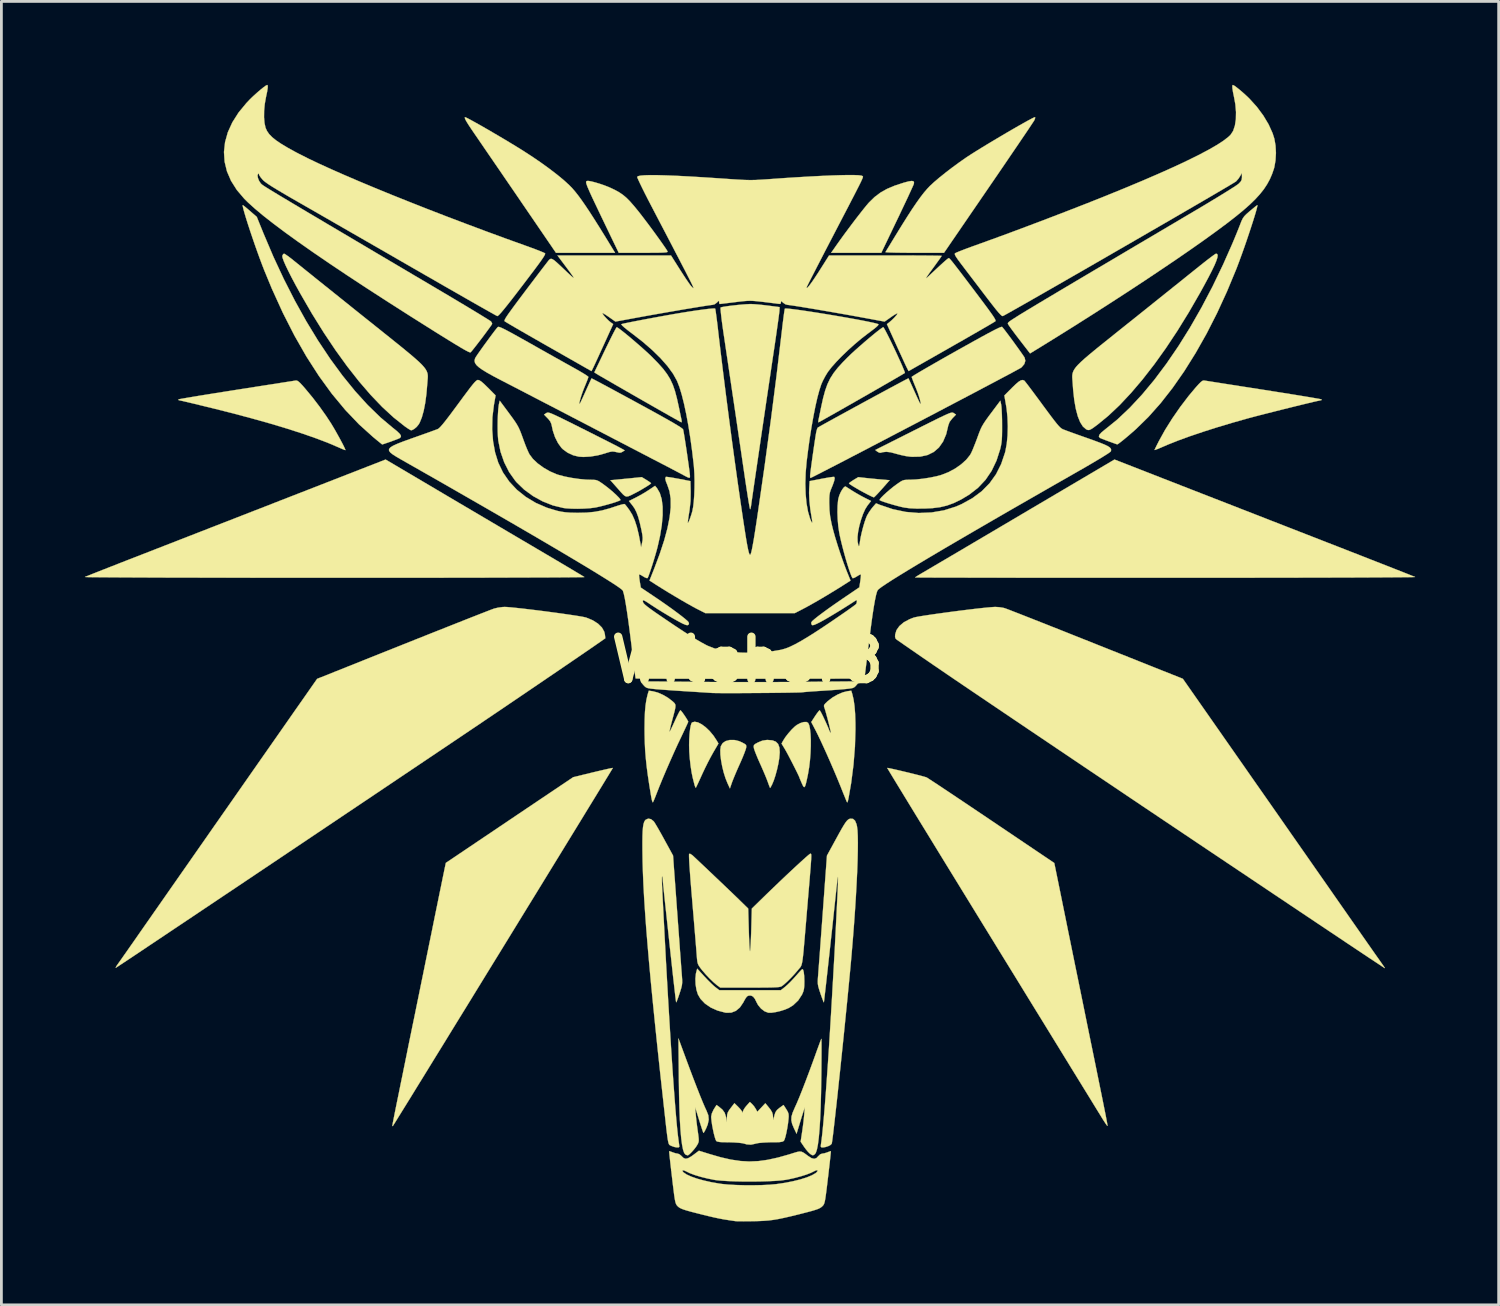
<source format=kicad_pcb>
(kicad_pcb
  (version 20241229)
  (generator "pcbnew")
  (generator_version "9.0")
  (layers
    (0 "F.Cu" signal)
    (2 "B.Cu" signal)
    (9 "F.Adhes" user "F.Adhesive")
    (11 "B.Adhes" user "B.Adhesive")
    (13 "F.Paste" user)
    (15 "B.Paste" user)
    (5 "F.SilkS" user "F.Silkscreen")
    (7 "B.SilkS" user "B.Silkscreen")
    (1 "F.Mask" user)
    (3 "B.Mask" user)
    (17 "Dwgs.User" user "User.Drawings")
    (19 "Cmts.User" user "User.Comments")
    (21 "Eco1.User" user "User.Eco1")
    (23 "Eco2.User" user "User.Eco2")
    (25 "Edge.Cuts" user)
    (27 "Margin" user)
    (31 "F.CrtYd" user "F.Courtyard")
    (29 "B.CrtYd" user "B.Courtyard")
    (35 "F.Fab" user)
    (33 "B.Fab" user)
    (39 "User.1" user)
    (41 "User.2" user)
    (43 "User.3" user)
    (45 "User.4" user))
  (footprint "Witcher8"
    (layer "F.Cu")
    (at 23.818 20.674)
    (property "Reference" "Witcher8" (at 0 0 0) (layer "F.SilkS") (effects (font (size 1.524 1.524) (thickness 0.3))))
    (attr through_hole)
    (fp_poly (pts (xy -3.628 -6.47) (xy -3.541 -6.414) (xy -3.48 -6.37) (xy -3.461 -6.351) (xy -3.487 -6.326) (xy -3.555 -6.278) (xy -3.655 -6.215) (xy -3.773 -6.144) (xy -3.896 -6.073) (xy -4.013 -6.01) (xy -4.058 -5.987) (xy -4.182 -5.924) (xy -4.272 -5.885) (xy -4.34 -5.873) (xy -4.4 -5.892) (xy -4.466 -5.946) (xy -4.552 -6.038) (xy -4.652 -6.153) (xy -4.925 -6.461) (xy -4.82 -6.47) (xy -4.751 -6.476) (xy -4.633 -6.488) (xy -4.481 -6.503) (xy -4.311 -6.52) (xy -4.255 -6.525) (xy -3.796 -6.572) (xy -3.628 -6.47)) (stroke (width 0.01) (type solid)) (fill yes) (layer "F.SilkS"))
    (fp_poly (pts (xy 4.271 -6.539) (xy 4.447 -6.521) (xy 4.644 -6.502) (xy 4.822 -6.486) (xy 4.835 -6.485) (xy 5.115 -6.461) (xy 4.842 -6.152) (xy 4.738 -6.036) (xy 4.649 -5.94) (xy 4.583 -5.874) (xy 4.549 -5.844) (xy 4.547 -5.844) (xy 4.509 -5.858) (xy 4.432 -5.893) (xy 4.334 -5.942) (xy 4.193 -6.016) (xy 4.048 -6.095) (xy 3.912 -6.174) (xy 3.794 -6.244) (xy 3.705 -6.301) (xy 3.657 -6.338) (xy 3.651 -6.346) (xy 3.676 -6.373) (xy 3.741 -6.42) (xy 3.818 -6.47) (xy 3.986 -6.571) (xy 4.271 -6.539)) (stroke (width 0.01) (type solid)) (fill yes) (layer "F.SilkS"))
    (fp_poly (pts (xy -0.472 2.878) (xy -0.299 2.919) (xy -0.195 2.965) (xy -0.102 3.015) (xy -0.053 3.052) (xy -0.038 3.093) (xy -0.044 3.153) (xy -0.047 3.169) (xy -0.068 3.238) (xy -0.11 3.352) (xy -0.168 3.497) (xy -0.238 3.66) (xy -0.277 3.747) (xy -0.356 3.923) (xy -0.431 4.098) (xy -0.496 4.255) (xy -0.544 4.377) (xy -0.557 4.413) (xy -0.628 4.62) (xy -0.709 4.445) (xy -0.785 4.258) (xy -0.852 4.046) (xy -0.906 3.825) (xy -0.946 3.606) (xy -0.97 3.405) (xy -0.974 3.234) (xy -0.956 3.107) (xy -0.953 3.098) (xy -0.887 2.989) (xy -0.777 2.915) (xy -0.634 2.878) (xy -0.472 2.878)) (stroke (width 0.01) (type solid)) (fill yes) (layer "F.SilkS"))
    (fp_poly (pts (xy 5.964 -17.211) (xy 5.99 -17.177) (xy 5.985 -17.117) (xy 5.967 -17.072) (xy 5.924 -16.975) (xy 5.86 -16.835) (xy 5.778 -16.656) (xy 5.679 -16.446) (xy 5.568 -16.212) (xy 5.448 -15.958) (xy 5.389 -15.836) (xy 4.815 -14.637) (xy 3.012 -14.637) (xy 3.195 -14.899) (xy 3.329 -15.088) (xy 3.479 -15.295) (xy 3.64 -15.512) (xy 3.802 -15.728) (xy 3.96 -15.934) (xy 4.107 -16.122) (xy 4.234 -16.282) (xy 4.336 -16.404) (xy 4.378 -16.451) (xy 4.571 -16.639) (xy 4.779 -16.797) (xy 5.015 -16.931) (xy 5.291 -17.048) (xy 5.618 -17.155) (xy 5.628 -17.158) (xy 5.789 -17.201) (xy 5.899 -17.219) (xy 5.964 -17.211)) (stroke (width 0.01) (type solid)) (fill yes) (layer "F.SilkS"))
    (fp_poly (pts (xy 0.898 2.891) (xy 1.022 2.938) (xy 1.105 3.022) (xy 1.151 3.148) (xy 1.163 3.321) (xy 1.146 3.53) (xy 1.113 3.73) (xy 1.065 3.945) (xy 1.008 4.154) (xy 0.947 4.338) (xy 0.888 4.479) (xy 0.848 4.554) (xy 0.821 4.599) (xy 0.817 4.604) (xy 0.804 4.576) (xy 0.776 4.504) (xy 0.739 4.401) (xy 0.735 4.391) (xy 0.695 4.284) (xy 0.635 4.137) (xy 0.562 3.966) (xy 0.484 3.788) (xy 0.456 3.727) (xy 0.383 3.562) (xy 0.319 3.408) (xy 0.269 3.28) (xy 0.239 3.19) (xy 0.233 3.164) (xy 0.226 3.101) (xy 0.239 3.058) (xy 0.283 3.02) (xy 0.371 2.972) (xy 0.385 2.965) (xy 0.538 2.902) (xy 0.689 2.878) (xy 0.73 2.877) (xy 0.898 2.891)) (stroke (width 0.01) (type solid)) (fill yes) (layer "F.SilkS"))
    (fp_poly (pts (xy 7.38 -8.891) (xy 7.402 -8.884) (xy 7.419 -8.873) (xy 7.5 -8.82) (xy 7.372 -8.688) (xy 7.271 -8.56) (xy 7.223 -8.435) (xy 7.222 -8.43) (xy 7.147 -8.114) (xy 7.035 -7.85) (xy 6.886 -7.637) (xy 6.701 -7.477) (xy 6.478 -7.367) (xy 6.218 -7.309) (xy 5.92 -7.302) (xy 5.842 -7.308) (xy 5.692 -7.329) (xy 5.518 -7.366) (xy 5.354 -7.409) (xy 5.336 -7.415) (xy 5.147 -7.465) (xy 4.995 -7.482) (xy 4.861 -7.468) (xy 4.789 -7.446) (xy 4.736 -7.453) (xy 4.671 -7.489) (xy 4.596 -7.547) (xy 5.967 -8.237) (xy 6.281 -8.395) (xy 6.544 -8.526) (xy 6.759 -8.633) (xy 6.933 -8.719) (xy 7.071 -8.784) (xy 7.176 -8.832) (xy 7.255 -8.865) (xy 7.312 -8.884) (xy 7.352 -8.892) (xy 7.38 -8.891)) (stroke (width 0.01) (type solid)) (fill yes) (layer "F.SilkS"))
    (fp_poly (pts (xy -1.778 2.245) (xy -1.644 2.313) (xy -1.502 2.418) (xy -1.358 2.555) (xy -1.222 2.718) (xy -1.1 2.902) (xy -1.097 2.908) (xy -1.04 3.005) (xy -1.235 3.339) (xy -1.322 3.496) (xy -1.423 3.689) (xy -1.525 3.895) (xy -1.618 4.092) (xy -1.633 4.125) (xy -1.704 4.281) (xy -1.766 4.416) (xy -1.815 4.519) (xy -1.845 4.581) (xy -1.853 4.594) (xy -1.87 4.577) (xy -1.893 4.516) (xy -1.901 4.488) (xy -1.931 4.37) (xy -1.962 4.248) (xy -1.965 4.239) (xy -2.005 4.044) (xy -2.041 3.808) (xy -2.07 3.551) (xy -2.089 3.297) (xy -2.095 3.065) (xy -2.095 3.062) (xy -2.091 2.854) (xy -2.079 2.661) (xy -2.06 2.492) (xy -2.036 2.36) (xy -2.008 2.273) (xy -1.988 2.247) (xy -1.895 2.222) (xy -1.778 2.245)) (stroke (width 0.01) (type solid)) (fill yes) (layer "F.SilkS"))
    (fp_poly (pts (xy 2.183 2.261) (xy 2.222 2.343) (xy 2.251 2.479) (xy 2.27 2.657) (xy 2.28 2.869) (xy 2.279 3.105) (xy 2.269 3.354) (xy 2.25 3.608) (xy 2.221 3.855) (xy 2.182 4.087) (xy 2.175 4.125) (xy 2.134 4.318) (xy 2.102 4.455) (xy 2.075 4.538) (xy 2.05 4.573) (xy 2.025 4.564) (xy 1.994 4.516) (xy 1.956 4.434) (xy 1.955 4.432) (xy 1.913 4.335) (xy 1.883 4.263) (xy 1.873 4.235) (xy 1.859 4.198) (xy 1.821 4.116) (xy 1.765 4.001) (xy 1.695 3.862) (xy 1.619 3.712) (xy 1.541 3.561) (xy 1.468 3.421) (xy 1.404 3.303) (xy 1.355 3.217) (xy 1.347 3.203) (xy 1.228 3.008) (xy 1.284 2.905) (xy 1.365 2.777) (xy 1.474 2.637) (xy 1.594 2.501) (xy 1.71 2.39) (xy 1.779 2.337) (xy 1.902 2.271) (xy 2.021 2.234) (xy 2.12 2.23) (xy 2.183 2.261)) (stroke (width 0.01) (type solid)) (fill yes) (layer "F.SilkS"))
    (fp_poly (pts (xy -10.121 -19.502) (xy -10.041 -19.463) (xy -9.921 -19.399) (xy -9.766 -19.313) (xy -9.582 -19.21) (xy -9.378 -19.092) (xy -9.159 -18.965) (xy -8.931 -18.831) (xy -8.702 -18.696) (xy -8.479 -18.561) (xy -8.267 -18.432) (xy -8.12 -18.341) (xy -7.777 -18.12) (xy -7.444 -17.894) (xy -7.131 -17.668) (xy -6.846 -17.45) (xy -6.6 -17.247) (xy -6.401 -17.065) (xy -6.392 -17.056) (xy -6.296 -16.957) (xy -6.195 -16.84) (xy -6.086 -16.702) (xy -5.966 -16.539) (xy -5.832 -16.346) (xy -5.681 -16.12) (xy -5.51 -15.855) (xy -5.317 -15.549) (xy -5.098 -15.195) (xy -4.851 -14.791) (xy -4.83 -14.756) (xy -4.757 -14.637) (xy -6.882 -14.637) (xy -7.576 -15.653) (xy -7.819 -16.008) (xy -8.071 -16.377) (xy -8.328 -16.754) (xy -8.586 -17.13) (xy -8.837 -17.497) (xy -9.078 -17.849) (xy -9.304 -18.178) (xy -9.508 -18.476) (xy -9.685 -18.735) (xy -9.809 -18.915) (xy -9.941 -19.11) (xy -10.039 -19.259) (xy -10.106 -19.368) (xy -10.145 -19.443) (xy -10.159 -19.49) (xy -10.153 -19.512) (xy -10.121 -19.502)) (stroke (width 0.01) (type solid)) (fill yes) (layer "F.SilkS"))
    (fp_poly (pts (xy -7.155 -8.891) (xy -7.11 -8.88) (xy -7.047 -8.858) (xy -6.96 -8.82) (xy -6.843 -8.766) (xy -6.692 -8.693) (xy -6.5 -8.599) (xy -6.263 -8.481) (xy -5.975 -8.336) (xy -5.948 -8.323) (xy -5.685 -8.191) (xy -5.434 -8.064) (xy -5.202 -7.947) (xy -4.995 -7.842) (xy -4.821 -7.754) (xy -4.687 -7.685) (xy -4.6 -7.639) (xy -4.578 -7.627) (xy -4.41 -7.534) (xy -4.487 -7.484) (xy -4.544 -7.455) (xy -4.608 -7.451) (xy -4.704 -7.47) (xy -4.714 -7.472) (xy -4.792 -7.489) (xy -4.862 -7.492) (xy -4.94 -7.48) (xy -5.048 -7.449) (xy -5.13 -7.422) (xy -5.382 -7.354) (xy -5.645 -7.311) (xy -5.895 -7.297) (xy -6.057 -7.307) (xy -6.263 -7.357) (xy -6.464 -7.451) (xy -6.635 -7.576) (xy -6.684 -7.625) (xy -6.808 -7.796) (xy -6.915 -8.008) (xy -6.992 -8.236) (xy -7.017 -8.35) (xy -7.045 -8.477) (xy -7.084 -8.569) (xy -7.147 -8.652) (xy -7.181 -8.688) (xy -7.31 -8.82) (xy -7.23 -8.873) (xy -7.209 -8.885) (xy -7.186 -8.892) (xy -7.155 -8.891)) (stroke (width 0.01) (type solid)) (fill yes) (layer "F.SilkS"))
    (fp_poly (pts (xy -5.604 -17.201) (xy -5.469 -17.166) (xy -5.315 -17.12) (xy -5.156 -17.066) (xy -5.006 -17.008) (xy -4.937 -16.978) (xy -4.759 -16.894) (xy -4.609 -16.811) (xy -4.475 -16.72) (xy -4.349 -16.614) (xy -4.218 -16.482) (xy -4.073 -16.316) (xy -3.902 -16.107) (xy -3.901 -16.106) (xy -3.799 -15.975) (xy -3.681 -15.82) (xy -3.552 -15.649) (xy -3.419 -15.47) (xy -3.288 -15.291) (xy -3.165 -15.12) (xy -3.056 -14.966) (xy -2.966 -14.837) (xy -2.902 -14.741) (xy -2.87 -14.685) (xy -2.868 -14.682) (xy -2.871 -14.668) (xy -2.895 -14.658) (xy -2.947 -14.65) (xy -3.034 -14.644) (xy -3.16 -14.64) (xy -3.334 -14.638) (xy -3.56 -14.637) (xy -3.738 -14.637) (xy -4.625 -14.637) (xy -4.889 -15.184) (xy -5.075 -15.571) (xy -5.235 -15.904) (xy -5.371 -16.189) (xy -5.485 -16.428) (xy -5.578 -16.625) (xy -5.652 -16.786) (xy -5.708 -16.914) (xy -5.75 -17.012) (xy -5.777 -17.086) (xy -5.793 -17.138) (xy -5.798 -17.173) (xy -5.795 -17.196) (xy -5.785 -17.209) (xy -5.77 -17.217) (xy -5.765 -17.219) (xy -5.707 -17.22) (xy -5.604 -17.201)) (stroke (width 0.01) (type solid)) (fill yes) (layer "F.SilkS"))
    (fp_poly (pts (xy -4.643 -11.931) (xy -4.551 -11.864) (xy -4.429 -11.768) (xy -4.284 -11.65) (xy -4.126 -11.517) (xy -3.961 -11.375) (xy -3.798 -11.233) (xy -3.646 -11.096) (xy -3.512 -10.972) (xy -3.428 -10.89) (xy -3.209 -10.666) (xy -3.031 -10.467) (xy -2.889 -10.279) (xy -2.774 -10.092) (xy -2.681 -9.891) (xy -2.603 -9.666) (xy -2.533 -9.402) (xy -2.464 -9.088) (xy -2.462 -9.081) (xy -2.43 -8.923) (xy -2.401 -8.783) (xy -2.378 -8.675) (xy -2.365 -8.614) (xy -2.365 -8.612) (xy -2.361 -8.558) (xy -2.373 -8.543) (xy -2.404 -8.558) (xy -2.485 -8.603) (xy -2.612 -8.673) (xy -2.777 -8.766) (xy -2.977 -8.88) (xy -3.207 -9.01) (xy -3.461 -9.155) (xy -3.734 -9.311) (xy -3.875 -9.392) (xy -4.158 -9.554) (xy -4.426 -9.708) (xy -4.673 -9.85) (xy -4.894 -9.978) (xy -5.085 -10.088) (xy -5.239 -10.177) (xy -5.351 -10.242) (xy -5.415 -10.281) (xy -5.428 -10.289) (xy -5.502 -10.338) (xy -5.111 -11.155) (xy -5.009 -11.364) (xy -4.916 -11.553) (xy -4.835 -11.714) (xy -4.769 -11.841) (xy -4.722 -11.926) (xy -4.697 -11.962) (xy -4.695 -11.963) (xy -4.643 -11.931)) (stroke (width 0.01) (type solid)) (fill yes) (layer "F.SilkS"))
    (fp_poly (pts (xy -2.197 14.367) (xy -2.06 14.735) (xy -1.931 15.076) (xy -1.811 15.386) (xy -1.703 15.66) (xy -1.609 15.89) (xy -1.531 16.072) (xy -1.472 16.2) (xy -1.468 16.208) (xy -1.404 16.372) (xy -1.39 16.529) (xy -1.425 16.697) (xy -1.474 16.82) (xy -1.521 16.917) (xy -1.559 16.982) (xy -1.58 17.004) (xy -1.581 17.004) (xy -1.595 16.969) (xy -1.624 16.885) (xy -1.664 16.763) (xy -1.712 16.612) (xy -1.736 16.535) (xy -1.876 16.081) (xy -1.859 16.304) (xy -1.848 16.427) (xy -1.83 16.59) (xy -1.808 16.77) (xy -1.788 16.915) (xy -1.765 17.078) (xy -1.752 17.192) (xy -1.748 17.27) (xy -1.754 17.326) (xy -1.77 17.373) (xy -1.795 17.422) (xy -1.846 17.503) (xy -1.918 17.596) (xy -1.997 17.686) (xy -2.071 17.76) (xy -2.127 17.804) (xy -2.146 17.811) (xy -2.196 17.795) (xy -2.228 17.779) (xy -2.273 17.722) (xy -2.313 17.605) (xy -2.348 17.429) (xy -2.379 17.193) (xy -2.405 16.895) (xy -2.427 16.536) (xy -2.444 16.116) (xy -2.456 15.633) (xy -2.464 15.087) (xy -2.464 15.05) (xy -2.478 13.605) (xy -2.197 14.367)) (stroke (width 0.01) (type solid)) (fill yes) (layer "F.SilkS"))
    (fp_poly (pts (xy 2.662 13.648) (xy 2.664 13.733) (xy 2.665 13.868) (xy 2.665 14.048) (xy 2.664 14.267) (xy 2.662 14.517) (xy 2.66 14.794) (xy 2.657 15.018) (xy 2.648 15.571) (xy 2.635 16.064) (xy 2.617 16.495) (xy 2.594 16.865) (xy 2.567 17.172) (xy 2.536 17.417) (xy 2.5 17.6) (xy 2.46 17.72) (xy 2.422 17.772) (xy 2.371 17.804) (xy 2.327 17.803) (xy 2.267 17.765) (xy 2.242 17.745) (xy 2.18 17.684) (xy 2.102 17.59) (xy 2.036 17.499) (xy 1.914 17.32) (xy 1.97 16.954) (xy 1.995 16.776) (xy 2.018 16.59) (xy 2.036 16.422) (xy 2.044 16.335) (xy 2.062 16.081) (xy 1.997 16.288) (xy 1.955 16.421) (xy 1.905 16.583) (xy 1.857 16.742) (xy 1.85 16.764) (xy 1.768 17.034) (xy 1.67 16.828) (xy 1.608 16.677) (xy 1.58 16.547) (xy 1.585 16.419) (xy 1.627 16.275) (xy 1.704 16.098) (xy 1.704 16.097) (xy 1.777 15.936) (xy 1.868 15.72) (xy 1.972 15.459) (xy 2.089 15.157) (xy 2.215 14.823) (xy 2.348 14.463) (xy 2.446 14.192) (xy 2.509 14.016) (xy 2.566 13.861) (xy 2.612 13.737) (xy 2.645 13.654) (xy 2.659 13.621) (xy 2.662 13.648)) (stroke (width 0.01) (type solid)) (fill yes) (layer "F.SilkS"))
    (fp_poly (pts (xy -18.111 -16.332) (xy -18.045 -16.279) (xy -17.953 -16.202) (xy -17.881 -16.139) (xy -17.637 -15.928) (xy -17.398 -15.338) (xy -17.041 -14.498) (xy -16.664 -13.69) (xy -16.269 -12.915) (xy -15.859 -12.177) (xy -15.435 -11.48) (xy -15 -10.827) (xy -14.556 -10.221) (xy -14.105 -9.666) (xy -13.65 -9.164) (xy -13.192 -8.719) (xy -12.751 -8.348) (xy -12.605 -8.231) (xy -12.51 -8.142) (xy -12.461 -8.075) (xy -12.455 -8.024) (xy -12.487 -7.983) (xy -12.514 -7.967) (xy -12.561 -7.947) (xy -12.648 -7.913) (xy -12.76 -7.872) (xy -12.879 -7.829) (xy -12.991 -7.791) (xy -13.079 -7.761) (xy -13.126 -7.747) (xy -13.129 -7.747) (xy -13.154 -7.766) (xy -13.218 -7.818) (xy -13.313 -7.895) (xy -13.428 -7.991) (xy -13.449 -8.007) (xy -13.96 -8.468) (xy -14.457 -8.989) (xy -14.939 -9.57) (xy -15.404 -10.21) (xy -15.853 -10.908) (xy -16.284 -11.663) (xy -16.698 -12.475) (xy -17.093 -13.342) (xy -17.366 -14.002) (xy -17.447 -14.211) (xy -17.533 -14.44) (xy -17.621 -14.684) (xy -17.71 -14.935) (xy -17.796 -15.186) (xy -17.878 -15.429) (xy -17.953 -15.659) (xy -18.019 -15.867) (xy -18.073 -16.047) (xy -18.114 -16.191) (xy -18.138 -16.293) (xy -18.144 -16.346) (xy -18.141 -16.351) (xy -18.111 -16.332)) (stroke (width 0.01) (type solid)) (fill yes) (layer "F.SilkS"))
    (fp_poly (pts (xy 4.905 -11.938) (xy 4.948 -11.864) (xy 5.008 -11.75) (xy 5.082 -11.604) (xy 5.165 -11.436) (xy 5.253 -11.253) (xy 5.342 -11.065) (xy 5.427 -10.88) (xy 5.506 -10.708) (xy 5.572 -10.557) (xy 5.623 -10.435) (xy 5.655 -10.352) (xy 5.662 -10.317) (xy 5.662 -10.317) (xy 5.63 -10.297) (xy 5.549 -10.249) (xy 5.426 -10.177) (xy 5.266 -10.084) (xy 5.075 -9.974) (xy 4.86 -9.85) (xy 4.626 -9.715) (xy 4.38 -9.574) (xy 4.127 -9.429) (xy 3.873 -9.284) (xy 3.626 -9.143) (xy 3.39 -9.009) (xy 3.171 -8.885) (xy 2.977 -8.775) (xy 2.812 -8.682) (xy 2.683 -8.609) (xy 2.596 -8.561) (xy 2.557 -8.541) (xy 2.556 -8.541) (xy 2.548 -8.567) (xy 2.554 -8.612) (xy 2.565 -8.669) (xy 2.587 -8.774) (xy 2.616 -8.913) (xy 2.648 -9.072) (xy 2.653 -9.096) (xy 2.723 -9.414) (xy 2.796 -9.682) (xy 2.878 -9.912) (xy 2.976 -10.117) (xy 3.098 -10.31) (xy 3.25 -10.504) (xy 3.439 -10.711) (xy 3.616 -10.89) (xy 3.732 -11.002) (xy 3.872 -11.13) (xy 4.028 -11.269) (xy 4.192 -11.412) (xy 4.356 -11.552) (xy 4.512 -11.682) (xy 4.651 -11.795) (xy 4.766 -11.884) (xy 4.848 -11.942) (xy 4.884 -11.963) (xy 4.905 -11.938)) (stroke (width 0.01) (type solid)) (fill yes) (layer "F.SilkS"))
    (fp_poly (pts (xy 10.343 -19.513) (xy 10.343 -19.474) (xy 10.319 -19.407) (xy 10.316 -19.403) (xy 10.292 -19.363) (xy 10.234 -19.276) (xy 10.146 -19.143) (xy 10.03 -18.97) (xy 9.888 -18.761) (xy 9.724 -18.518) (xy 9.539 -18.247) (xy 9.337 -17.95) (xy 9.121 -17.633) (xy 8.892 -17.298) (xy 8.67 -16.974) (xy 7.069 -14.637) (xy 6.009 -14.637) (xy 5.758 -14.637) (xy 5.528 -14.639) (xy 5.328 -14.642) (xy 5.165 -14.646) (xy 5.045 -14.651) (xy 4.977 -14.656) (xy 4.963 -14.661) (xy 4.983 -14.694) (xy 5.031 -14.773) (xy 5.102 -14.889) (xy 5.191 -15.036) (xy 5.293 -15.203) (xy 5.335 -15.272) (xy 5.559 -15.636) (xy 5.756 -15.949) (xy 5.929 -16.217) (xy 6.083 -16.443) (xy 6.22 -16.634) (xy 6.344 -16.795) (xy 6.459 -16.93) (xy 6.564 -17.041) (xy 6.712 -17.178) (xy 6.902 -17.34) (xy 7.122 -17.516) (xy 7.36 -17.699) (xy 7.604 -17.878) (xy 7.842 -18.045) (xy 7.906 -18.088) (xy 8.05 -18.182) (xy 8.225 -18.292) (xy 8.424 -18.415) (xy 8.641 -18.547) (xy 8.868 -18.683) (xy 9.1 -18.821) (xy 9.33 -18.957) (xy 9.552 -19.086) (xy 9.759 -19.205) (xy 9.944 -19.309) (xy 10.102 -19.397) (xy 10.225 -19.462) (xy 10.307 -19.502) (xy 10.342 -19.513) (xy 10.343 -19.513)) (stroke (width 0.01) (type solid)) (fill yes) (layer "F.SilkS"))
    (fp_poly (pts (xy -16.191 -10.041) (xy -16.143 -10.013) (xy -16.078 -9.955) (xy -15.988 -9.859) (xy -15.894 -9.751) (xy -15.632 -9.435) (xy -15.376 -9.1) (xy -15.14 -8.767) (xy -14.967 -8.503) (xy -14.889 -8.374) (xy -14.804 -8.228) (xy -14.718 -8.074) (xy -14.635 -7.923) (xy -14.561 -7.784) (xy -14.502 -7.668) (xy -14.464 -7.585) (xy -14.45 -7.545) (xy -14.451 -7.543) (xy -14.483 -7.551) (xy -14.557 -7.58) (xy -14.658 -7.624) (xy -14.668 -7.629) (xy -15.05 -7.792) (xy -15.492 -7.962) (xy -15.993 -8.137) (xy -16.552 -8.317) (xy -17.165 -8.501) (xy -17.831 -8.688) (xy -18.549 -8.878) (xy -19.161 -9.033) (xy -19.419 -9.096) (xy -19.662 -9.155) (xy -19.882 -9.209) (xy -20.071 -9.254) (xy -20.221 -9.289) (xy -20.324 -9.313) (xy -20.367 -9.322) (xy -20.442 -9.338) (xy -20.461 -9.352) (xy -20.431 -9.371) (xy -20.389 -9.38) (xy -20.29 -9.398) (xy -20.139 -9.424) (xy -19.942 -9.457) (xy -19.704 -9.497) (xy -19.43 -9.541) (xy -19.126 -9.59) (xy -18.797 -9.642) (xy -18.449 -9.697) (xy -18.336 -9.715) (xy -17.982 -9.77) (xy -17.647 -9.823) (xy -17.333 -9.872) (xy -17.048 -9.916) (xy -16.797 -9.956) (xy -16.585 -9.989) (xy -16.417 -10.015) (xy -16.3 -10.034) (xy -16.238 -10.044) (xy -16.23 -10.045) (xy -16.191 -10.041)) (stroke (width 0.01) (type solid)) (fill yes) (layer "F.SilkS"))
    (fp_poly (pts (xy 16.42 -10.045) (xy 16.464 -10.038) (xy 16.565 -10.022) (xy 16.717 -9.998) (xy 16.916 -9.967) (xy 17.156 -9.929) (xy 17.431 -9.886) (xy 17.736 -9.838) (xy 18.065 -9.787) (xy 18.414 -9.732) (xy 18.526 -9.715) (xy 18.879 -9.659) (xy 19.214 -9.606) (xy 19.527 -9.556) (xy 19.811 -9.51) (xy 20.061 -9.469) (xy 20.272 -9.434) (xy 20.438 -9.405) (xy 20.554 -9.385) (xy 20.614 -9.372) (xy 20.621 -9.37) (xy 20.651 -9.352) (xy 20.632 -9.338) (xy 20.558 -9.322) (xy 20.479 -9.306) (xy 20.347 -9.276) (xy 20.172 -9.234) (xy 19.961 -9.183) (xy 19.723 -9.125) (xy 19.468 -9.062) (xy 19.203 -8.996) (xy 18.938 -8.929) (xy 18.681 -8.864) (xy 18.441 -8.803) (xy 18.227 -8.747) (xy 18.047 -8.699) (xy 17.982 -8.682) (xy 17.418 -8.522) (xy 16.878 -8.36) (xy 16.37 -8.198) (xy 15.9 -8.039) (xy 15.476 -7.884) (xy 15.105 -7.736) (xy 14.962 -7.674) (xy 14.833 -7.619) (xy 14.728 -7.576) (xy 14.659 -7.551) (xy 14.637 -7.546) (xy 14.65 -7.579) (xy 14.687 -7.656) (xy 14.742 -7.766) (xy 14.8 -7.879) (xy 15.017 -8.271) (xy 15.275 -8.682) (xy 15.561 -9.094) (xy 15.864 -9.492) (xy 16.116 -9.793) (xy 16.224 -9.913) (xy 16.302 -9.991) (xy 16.359 -10.033) (xy 16.404 -10.046) (xy 16.42 -10.045)) (stroke (width 0.01) (type solid)) (fill yes) (layer "F.SilkS"))
    (fp_poly (pts (xy -1.547 11.378) (xy -1.431 11.501) (xy -1.313 11.618) (xy -1.211 11.714) (xy -1.149 11.766) (xy -1.007 11.874) (xy 1.201 11.874) (xy 1.359 11.75) (xy 1.45 11.669) (xy 1.563 11.558) (xy 1.679 11.434) (xy 1.735 11.371) (xy 1.827 11.267) (xy 1.904 11.182) (xy 1.957 11.129) (xy 1.976 11.115) (xy 2.005 11.142) (xy 2.027 11.226) (xy 2.042 11.36) (xy 2.048 11.539) (xy 2.048 11.573) (xy 2.045 11.722) (xy 2.034 11.83) (xy 2.011 11.921) (xy 1.971 12.016) (xy 1.96 12.038) (xy 1.824 12.245) (xy 1.642 12.416) (xy 1.491 12.51) (xy 1.353 12.569) (xy 1.192 12.62) (xy 1.026 12.659) (xy 0.876 12.682) (xy 0.761 12.683) (xy 0.75 12.682) (xy 0.619 12.632) (xy 0.491 12.535) (xy 0.383 12.405) (xy 0.333 12.312) (xy 0.268 12.182) (xy 0.206 12.104) (xy 0.138 12.069) (xy 0.094 12.065) (xy 0.038 12.07) (xy -0.008 12.093) (xy -0.052 12.146) (xy -0.107 12.237) (xy -0.149 12.317) (xy -0.27 12.495) (xy -0.415 12.616) (xy -0.581 12.68) (xy -0.765 12.684) (xy -0.794 12.679) (xy -1.071 12.606) (xy -1.317 12.496) (xy -1.524 12.354) (xy -1.685 12.186) (xy -1.779 12.025) (xy -1.831 11.859) (xy -1.862 11.662) (xy -1.869 11.461) (xy -1.852 11.283) (xy -1.842 11.24) (xy -1.804 11.098) (xy -1.547 11.378)) (stroke (width 0.01) (type solid)) (fill yes) (layer "F.SilkS"))
    (fp_poly (pts (xy 3.772 1.23) (xy 3.817 1.42) (xy 3.851 1.652) (xy 3.873 1.932) (xy 3.884 2.264) (xy 3.885 2.492) (xy 3.867 3.115) (xy 3.815 3.765) (xy 3.732 4.417) (xy 3.639 4.953) (xy 3.616 5.06) (xy 3.6 5.113) (xy 3.585 5.119) (xy 3.567 5.086) (xy 3.565 5.08) (xy 3.542 5.024) (xy 3.5 4.921) (xy 3.444 4.784) (xy 3.38 4.623) (xy 3.337 4.515) (xy 3.234 4.264) (xy 3.119 3.991) (xy 2.996 3.706) (xy 2.871 3.422) (xy 2.748 3.15) (xy 2.633 2.901) (xy 2.531 2.688) (xy 2.448 2.522) (xy 2.447 2.521) (xy 2.296 2.233) (xy 2.433 2.021) (xy 2.501 1.922) (xy 2.558 1.848) (xy 2.593 1.811) (xy 2.598 1.81) (xy 2.619 1.837) (xy 2.66 1.91) (xy 2.714 2.017) (xy 2.775 2.146) (xy 2.838 2.283) (xy 2.897 2.418) (xy 2.946 2.537) (xy 2.952 2.552) (xy 2.979 2.612) (xy 3 2.63) (xy 3.001 2.63) (xy 2.998 2.596) (xy 2.981 2.514) (xy 2.954 2.398) (xy 2.92 2.259) (xy 2.882 2.111) (xy 2.843 1.967) (xy 2.807 1.84) (xy 2.778 1.743) (xy 2.765 1.707) (xy 2.752 1.658) (xy 2.762 1.615) (xy 2.804 1.563) (xy 2.885 1.486) (xy 2.893 1.479) (xy 3.057 1.353) (xy 3.244 1.245) (xy 3.433 1.165) (xy 3.59 1.126) (xy 3.735 1.106) (xy 3.772 1.23)) (stroke (width 0.01) (type solid)) (fill yes) (layer "F.SilkS"))
    (fp_poly (pts (xy 16.89 -14.591) (xy 16.906 -14.545) (xy 16.896 -14.466) (xy 16.859 -14.35) (xy 16.795 -14.195) (xy 16.7 -13.997) (xy 16.575 -13.753) (xy 16.418 -13.461) (xy 16.279 -13.208) (xy 15.872 -12.502) (xy 15.459 -11.833) (xy 15.042 -11.205) (xy 14.624 -10.621) (xy 14.205 -10.083) (xy 13.79 -9.595) (xy 13.381 -9.159) (xy 12.979 -8.78) (xy 12.588 -8.459) (xy 12.562 -8.44) (xy 12.439 -8.349) (xy 12.352 -8.293) (xy 12.291 -8.267) (xy 12.243 -8.265) (xy 12.194 -8.283) (xy 12.171 -8.296) (xy 12.061 -8.392) (xy 11.963 -8.547) (xy 11.878 -8.759) (xy 11.807 -9.026) (xy 11.751 -9.343) (xy 11.711 -9.708) (xy 11.697 -9.906) (xy 11.69 -10.006) (xy 11.683 -10.094) (xy 11.679 -10.171) (xy 11.681 -10.242) (xy 11.693 -10.31) (xy 11.717 -10.378) (xy 11.755 -10.449) (xy 11.812 -10.527) (xy 11.89 -10.614) (xy 11.993 -10.715) (xy 12.122 -10.832) (xy 12.281 -10.968) (xy 12.473 -11.127) (xy 12.701 -11.313) (xy 12.969 -11.527) (xy 13.278 -11.775) (xy 13.632 -12.058) (xy 13.776 -12.173) (xy 14.099 -12.431) (xy 14.42 -12.688) (xy 14.733 -12.939) (xy 15.033 -13.18) (xy 15.315 -13.406) (xy 15.574 -13.613) (xy 15.804 -13.798) (xy 16 -13.955) (xy 16.157 -14.081) (xy 16.27 -14.172) (xy 16.27 -14.172) (xy 16.43 -14.299) (xy 16.574 -14.411) (xy 16.696 -14.503) (xy 16.787 -14.569) (xy 16.84 -14.602) (xy 16.849 -14.605) (xy 16.89 -14.591)) (stroke (width 0.01) (type solid)) (fill yes) (layer "F.SilkS"))
    (fp_poly (pts (xy 18.334 -16.323) (xy 18.316 -16.241) (xy 18.282 -16.115) (xy 18.233 -15.951) (xy 18.172 -15.756) (xy 18.101 -15.537) (xy 18.023 -15.302) (xy 17.941 -15.058) (xy 17.856 -14.813) (xy 17.77 -14.572) (xy 17.687 -14.345) (xy 17.609 -14.138) (xy 17.58 -14.062) (xy 17.242 -13.248) (xy 16.884 -12.469) (xy 16.507 -11.729) (xy 16.113 -11.032) (xy 15.705 -10.38) (xy 15.285 -9.778) (xy 14.854 -9.228) (xy 14.416 -8.735) (xy 13.972 -8.301) (xy 13.923 -8.257) (xy 13.773 -8.126) (xy 13.63 -8.004) (xy 13.503 -7.899) (xy 13.4 -7.818) (xy 13.329 -7.765) (xy 13.297 -7.749) (xy 13.265 -7.759) (xy 13.187 -7.787) (xy 13.076 -7.827) (xy 12.998 -7.855) (xy 12.869 -7.903) (xy 12.762 -7.944) (xy 12.691 -7.974) (xy 12.672 -7.983) (xy 12.636 -8.03) (xy 12.655 -8.095) (xy 12.73 -8.179) (xy 12.855 -8.282) (xy 13.299 -8.642) (xy 13.744 -9.062) (xy 14.188 -9.539) (xy 14.63 -10.07) (xy 15.066 -10.652) (xy 15.496 -11.281) (xy 15.917 -11.955) (xy 16.326 -12.67) (xy 16.721 -13.423) (xy 17.101 -14.212) (xy 17.426 -14.946) (xy 17.503 -15.129) (xy 17.581 -15.318) (xy 17.652 -15.494) (xy 17.708 -15.635) (xy 17.715 -15.655) (xy 17.765 -15.782) (xy 17.811 -15.875) (xy 17.864 -15.95) (xy 17.938 -16.026) (xy 18.046 -16.121) (xy 18.069 -16.14) (xy 18.174 -16.227) (xy 18.26 -16.298) (xy 18.317 -16.341) (xy 18.333 -16.351) (xy 18.334 -16.323)) (stroke (width 0.01) (type solid)) (fill yes) (layer "F.SilkS"))
    (fp_poly (pts (xy -16.617 -14.586) (xy -16.54 -14.533) (xy -16.433 -14.454) (xy -16.308 -14.355) (xy -16.252 -14.31) (xy -16.172 -14.245) (xy -16.046 -14.144) (xy -15.88 -14.01) (xy -15.677 -13.847) (xy -15.443 -13.658) (xy -15.181 -13.448) (xy -14.896 -13.22) (xy -14.593 -12.977) (xy -14.275 -12.722) (xy -13.948 -12.46) (xy -13.759 -12.309) (xy -13.371 -11.999) (xy -13.03 -11.726) (xy -12.732 -11.488) (xy -12.474 -11.28) (xy -12.254 -11.1) (xy -12.068 -10.946) (xy -11.915 -10.813) (xy -11.79 -10.7) (xy -11.692 -10.602) (xy -11.617 -10.517) (xy -11.562 -10.442) (xy -11.525 -10.373) (xy -11.502 -10.308) (xy -11.491 -10.244) (xy -11.489 -10.178) (xy -11.493 -10.106) (xy -11.5 -10.025) (xy -11.507 -9.933) (xy -11.508 -9.923) (xy -11.538 -9.566) (xy -11.581 -9.241) (xy -11.637 -8.955) (xy -11.704 -8.716) (xy -11.78 -8.53) (xy -11.82 -8.462) (xy -11.891 -8.376) (xy -11.978 -8.303) (xy -12.059 -8.26) (xy -12.09 -8.255) (xy -12.128 -8.273) (xy -12.203 -8.319) (xy -12.3 -8.386) (xy -12.331 -8.409) (xy -12.726 -8.723) (xy -13.131 -9.097) (xy -13.543 -9.528) (xy -13.961 -10.013) (xy -14.383 -10.55) (xy -14.807 -11.136) (xy -15.23 -11.769) (xy -15.651 -12.445) (xy -16.065 -13.16) (xy -16.233 -13.463) (xy -16.379 -13.737) (xy -16.501 -13.978) (xy -16.599 -14.181) (xy -16.669 -14.342) (xy -16.71 -14.458) (xy -16.72 -14.524) (xy -16.719 -14.527) (xy -16.689 -14.586) (xy -16.656 -14.605) (xy -16.617 -14.586)) (stroke (width 0.01) (type solid)) (fill yes) (layer "F.SilkS"))
    (fp_poly (pts (xy -8.581 -8.885) (xy -8.454 -8.713) (xy -8.358 -8.577) (xy -8.284 -8.462) (xy -8.223 -8.351) (xy -8.169 -8.231) (xy -8.113 -8.086) (xy -8.046 -7.901) (xy -8.034 -7.868) (xy -7.976 -7.713) (xy -7.916 -7.566) (xy -7.861 -7.444) (xy -7.83 -7.385) (xy -7.708 -7.224) (xy -7.537 -7.063) (xy -7.33 -6.912) (xy -7.101 -6.78) (xy -6.862 -6.676) (xy -6.792 -6.653) (xy -6.575 -6.595) (xy -6.32 -6.545) (xy -6.054 -6.506) (xy -5.802 -6.482) (xy -5.644 -6.477) (xy -5.526 -6.475) (xy -5.442 -6.466) (xy -5.37 -6.44) (xy -5.289 -6.392) (xy -5.188 -6.322) (xy -5.062 -6.228) (xy -4.933 -6.125) (xy -4.811 -6.02) (xy -4.704 -5.921) (xy -4.621 -5.837) (xy -4.571 -5.776) (xy -4.562 -5.745) (xy -4.611 -5.72) (xy -4.709 -5.684) (xy -4.841 -5.641) (xy -4.994 -5.596) (xy -5.155 -5.552) (xy -5.311 -5.513) (xy -5.447 -5.483) (xy -5.481 -5.477) (xy -5.661 -5.454) (xy -5.876 -5.44) (xy -6.106 -5.434) (xy -6.328 -5.438) (xy -6.522 -5.45) (xy -6.615 -5.463) (xy -6.99 -5.554) (xy -7.357 -5.699) (xy -7.706 -5.891) (xy -8.023 -6.122) (xy -8.296 -6.385) (xy -8.346 -6.444) (xy -8.565 -6.753) (xy -8.742 -7.104) (xy -8.874 -7.484) (xy -8.955 -7.884) (xy -8.956 -7.89) (xy -8.968 -8.032) (xy -8.976 -8.214) (xy -8.978 -8.418) (xy -8.975 -8.63) (xy -8.967 -8.834) (xy -8.955 -9.014) (xy -8.939 -9.154) (xy -8.929 -9.207) (xy -8.903 -9.319) (xy -8.581 -8.885)) (stroke (width 0.01) (type solid)) (fill yes) (layer "F.SilkS"))
    (fp_poly (pts (xy -3.399 1.127) (xy -3.226 1.172) (xy -3.036 1.255) (xy -2.851 1.363) (xy -2.718 1.465) (xy -2.66 1.514) (xy -2.619 1.555) (xy -2.594 1.597) (xy -2.585 1.65) (xy -2.592 1.724) (xy -2.614 1.829) (xy -2.652 1.975) (xy -2.705 2.172) (xy -2.709 2.188) (xy -2.749 2.339) (xy -2.778 2.462) (xy -2.796 2.547) (xy -2.8 2.585) (xy -2.797 2.585) (xy -2.775 2.546) (xy -2.732 2.462) (xy -2.676 2.343) (xy -2.611 2.202) (xy -2.603 2.183) (xy -2.538 2.043) (xy -2.48 1.927) (xy -2.436 1.846) (xy -2.41 1.81) (xy -2.408 1.81) (xy -2.38 1.834) (xy -2.33 1.897) (xy -2.27 1.982) (xy -2.209 2.074) (xy -2.159 2.155) (xy -2.13 2.211) (xy -2.127 2.223) (xy -2.14 2.257) (xy -2.177 2.339) (xy -2.233 2.459) (xy -2.303 2.608) (xy -2.378 2.766) (xy -2.506 3.035) (xy -2.643 3.336) (xy -2.784 3.653) (xy -2.923 3.971) (xy -3.052 4.276) (xy -3.166 4.554) (xy -3.254 4.778) (xy -3.306 4.911) (xy -3.351 5.022) (xy -3.384 5.096) (xy -3.397 5.121) (xy -3.412 5.105) (xy -3.433 5.039) (xy -3.454 4.937) (xy -3.458 4.915) (xy -3.525 4.507) (xy -3.579 4.148) (xy -3.621 3.828) (xy -3.652 3.533) (xy -3.675 3.251) (xy -3.688 2.971) (xy -3.695 2.68) (xy -3.697 2.477) (xy -3.693 2.145) (xy -3.682 1.867) (xy -3.661 1.633) (xy -3.63 1.432) (xy -3.589 1.256) (xy -3.581 1.228) (xy -3.544 1.106) (xy -3.399 1.127)) (stroke (width 0.01) (type solid)) (fill yes) (layer "F.SilkS"))
    (fp_poly (pts (xy 9.124 -9.176) (xy 9.134 -9.098) (xy 9.142 -8.97) (xy 9.15 -8.805) (xy 9.155 -8.616) (xy 9.156 -8.445) (xy 9.156 -8.224) (xy 9.153 -8.052) (xy 9.146 -7.916) (xy 9.134 -7.803) (xy 9.116 -7.698) (xy 9.09 -7.587) (xy 9.089 -7.581) (xy 8.957 -7.169) (xy 8.782 -6.801) (xy 8.562 -6.476) (xy 8.293 -6.19) (xy 7.973 -5.941) (xy 7.675 -5.763) (xy 7.421 -5.64) (xy 7.178 -5.551) (xy 6.928 -5.491) (xy 6.651 -5.456) (xy 6.366 -5.442) (xy 6.073 -5.441) (xy 5.836 -5.452) (xy 5.648 -5.477) (xy 5.646 -5.477) (xy 5.525 -5.503) (xy 5.38 -5.54) (xy 5.224 -5.583) (xy 5.07 -5.629) (xy 4.933 -5.673) (xy 4.825 -5.711) (xy 4.762 -5.739) (xy 4.753 -5.745) (xy 4.762 -5.777) (xy 4.813 -5.839) (xy 4.897 -5.923) (xy 5.004 -6.022) (xy 5.127 -6.127) (xy 5.255 -6.231) (xy 5.379 -6.322) (xy 5.488 -6.398) (xy 5.568 -6.444) (xy 5.64 -6.467) (xy 5.727 -6.476) (xy 5.835 -6.477) (xy 6.054 -6.487) (xy 6.306 -6.514) (xy 6.565 -6.554) (xy 6.806 -6.604) (xy 6.975 -6.651) (xy 7.226 -6.749) (xy 7.466 -6.878) (xy 7.683 -7.03) (xy 7.866 -7.194) (xy 8.003 -7.364) (xy 8.044 -7.436) (xy 8.088 -7.531) (xy 8.144 -7.668) (xy 8.208 -7.83) (xy 8.271 -7.998) (xy 8.276 -8.014) (xy 8.333 -8.168) (xy 8.383 -8.292) (xy 8.435 -8.399) (xy 8.497 -8.504) (xy 8.576 -8.622) (xy 8.681 -8.768) (xy 8.759 -8.871) (xy 9.094 -9.319) (xy 9.124 -9.176)) (stroke (width 0.01) (type solid)) (fill yes) (layer "F.SilkS"))
    (fp_poly (pts (xy 0.243 -12.788) (xy 0.397 -12.776) (xy 0.573 -12.758) (xy 0.746 -12.737) (xy 1.159 -12.684) (xy 1.151 -12.541) (xy 1.144 -12.479) (xy 1.129 -12.361) (xy 1.107 -12.196) (xy 1.078 -11.991) (xy 1.045 -11.754) (xy 1.007 -11.492) (xy 0.966 -11.213) (xy 0.953 -11.128) (xy 0.884 -10.666) (xy 0.815 -10.198) (xy 0.745 -9.729) (xy 0.676 -9.264) (xy 0.609 -8.807) (xy 0.543 -8.363) (xy 0.48 -7.936) (xy 0.421 -7.531) (xy 0.365 -7.151) (xy 0.314 -6.803) (xy 0.268 -6.49) (xy 0.228 -6.217) (xy 0.195 -5.988) (xy 0.169 -5.808) (xy 0.151 -5.682) (xy 0.142 -5.614) (xy 0.142 -5.611) (xy 0.127 -5.511) (xy 0.11 -5.439) (xy 0.099 -5.416) (xy 0.09 -5.443) (xy 0.073 -5.527) (xy 0.05 -5.659) (xy 0.021 -5.834) (xy -0.012 -6.045) (xy -0.049 -6.284) (xy -0.088 -6.546) (xy -0.091 -6.567) (xy -0.133 -6.852) (xy -0.182 -7.186) (xy -0.236 -7.556) (xy -0.294 -7.948) (xy -0.353 -8.348) (xy -0.411 -8.744) (xy -0.467 -9.121) (xy -0.494 -9.303) (xy -0.546 -9.65) (xy -0.599 -10.011) (xy -0.653 -10.374) (xy -0.705 -10.727) (xy -0.755 -11.059) (xy -0.799 -11.358) (xy -0.837 -11.614) (xy -0.859 -11.759) (xy -0.892 -11.989) (xy -0.92 -12.198) (xy -0.942 -12.379) (xy -0.957 -12.523) (xy -0.965 -12.621) (xy -0.964 -12.667) (xy -0.963 -12.668) (xy -0.921 -12.683) (xy -0.827 -12.7) (xy -0.697 -12.72) (xy -0.541 -12.739) (xy -0.373 -12.758) (xy -0.206 -12.774) (xy -0.052 -12.786) (xy 0.075 -12.792) (xy 0.13 -12.793) (xy 0.243 -12.788)) (stroke (width 0.01) (type solid)) (fill yes) (layer "F.SilkS"))
    (fp_poly (pts (xy -11.162 -6.115) (xy -10.782 -5.89) (xy -10.365 -5.644) (xy -9.924 -5.384) (xy -9.47 -5.116) (xy -9.017 -4.849) (xy -8.575 -4.588) (xy -8.158 -4.342) (xy -7.777 -4.118) (xy -7.604 -4.016) (xy -7.302 -3.838) (xy -7.016 -3.67) (xy -6.751 -3.513) (xy -6.512 -3.371) (xy -6.302 -3.246) (xy -6.128 -3.142) (xy -5.993 -3.062) (xy -5.903 -3.007) (xy -5.861 -2.981) (xy -5.859 -2.98) (xy -5.888 -2.977) (xy -5.978 -2.975) (xy -6.126 -2.973) (xy -6.331 -2.971) (xy -6.588 -2.969) (xy -6.897 -2.967) (xy -7.254 -2.965) (xy -7.657 -2.964) (xy -8.103 -2.962) (xy -8.59 -2.961) (xy -9.116 -2.959) (xy -9.678 -2.958) (xy -10.273 -2.957) (xy -10.898 -2.956) (xy -11.552 -2.955) (xy -12.232 -2.955) (xy -12.936 -2.954) (xy -13.66 -2.954) (xy -14.402 -2.954) (xy -14.845 -2.954) (xy -15.645 -2.954) (xy -16.422 -2.954) (xy -17.171 -2.955) (xy -17.893 -2.956) (xy -18.584 -2.956) (xy -19.241 -2.957) (xy -19.864 -2.959) (xy -20.45 -2.96) (xy -20.996 -2.961) (xy -21.501 -2.963) (xy -21.961 -2.965) (xy -22.376 -2.967) (xy -22.743 -2.969) (xy -23.06 -2.971) (xy -23.324 -2.973) (xy -23.533 -2.975) (xy -23.686 -2.977) (xy -23.78 -2.98) (xy -23.813 -2.982) (xy -23.812 -2.982) (xy -23.774 -2.999) (xy -23.683 -3.036) (xy -23.544 -3.092) (xy -23.362 -3.164) (xy -23.145 -3.25) (xy -22.897 -3.347) (xy -22.625 -3.454) (xy -22.334 -3.568) (xy -22.241 -3.604) (xy -21.77 -3.787) (xy -21.324 -3.961) (xy -20.896 -4.128) (xy -20.479 -4.29) (xy -20.067 -4.451) (xy -19.653 -4.612) (xy -19.231 -4.777) (xy -18.793 -4.947) (xy -18.334 -5.126) (xy -17.846 -5.317) (xy -17.322 -5.52) (xy -16.758 -5.741) (xy -16.144 -5.98) (xy -15.734 -6.14) (xy -13.006 -7.204) (xy -11.162 -6.115)) (stroke (width 0.01) (type solid)) (fill yes) (layer "F.SilkS"))
    (fp_poly (pts (xy 14.972 -6.511) (xy 15.243 -6.406) (xy 15.566 -6.279) (xy 15.936 -6.135) (xy 16.346 -5.975) (xy 16.79 -5.802) (xy 17.261 -5.619) (xy 17.752 -5.427) (xy 18.259 -5.23) (xy 18.773 -5.029) (xy 19.289 -4.828) (xy 19.801 -4.628) (xy 20.302 -4.433) (xy 20.352 -4.414) (xy 20.809 -4.235) (xy 21.251 -4.063) (xy 21.673 -3.898) (xy 22.071 -3.743) (xy 22.443 -3.597) (xy 22.783 -3.464) (xy 23.09 -3.344) (xy 23.358 -3.238) (xy 23.585 -3.149) (xy 23.767 -3.077) (xy 23.899 -3.024) (xy 23.979 -2.992) (xy 24.003 -2.982) (xy 23.976 -2.98) (xy 23.887 -2.977) (xy 23.74 -2.975) (xy 23.537 -2.973) (xy 23.279 -2.971) (xy 22.97 -2.969) (xy 22.612 -2.967) (xy 22.207 -2.965) (xy 21.757 -2.963) (xy 21.265 -2.962) (xy 20.734 -2.96) (xy 20.165 -2.959) (xy 19.561 -2.958) (xy 18.925 -2.957) (xy 18.258 -2.956) (xy 17.564 -2.955) (xy 16.844 -2.954) (xy 16.101 -2.954) (xy 15.337 -2.954) (xy 15.042 -2.954) (xy 14.29 -2.954) (xy 13.554 -2.954) (xy 12.838 -2.954) (xy 12.143 -2.954) (xy 11.473 -2.954) (xy 10.829 -2.955) (xy 10.215 -2.955) (xy 9.632 -2.956) (xy 9.084 -2.956) (xy 8.573 -2.957) (xy 8.101 -2.958) (xy 7.67 -2.959) (xy 7.284 -2.959) (xy 6.945 -2.96) (xy 6.656 -2.961) (xy 6.418 -2.962) (xy 6.235 -2.963) (xy 6.109 -2.964) (xy 6.043 -2.965) (xy 6.032 -2.966) (xy 6.058 -2.987) (xy 6.125 -3.03) (xy 6.221 -3.088) (xy 6.247 -3.103) (xy 6.301 -3.135) (xy 6.407 -3.197) (xy 6.56 -3.287) (xy 6.756 -3.403) (xy 6.994 -3.543) (xy 7.268 -3.704) (xy 7.575 -3.885) (xy 7.912 -4.084) (xy 8.274 -4.298) (xy 8.66 -4.525) (xy 9.064 -4.764) (xy 9.483 -5.011) (xy 9.829 -5.216) (xy 13.197 -7.204) (xy 14.972 -6.511)) (stroke (width 0.01) (type solid)) (fill yes) (layer "F.SilkS"))
    (fp_poly (pts (xy 0.167 15.964) (xy 0.239 16.045) (xy 0.301 16.14) (xy 0.302 16.141) (xy 0.357 16.244) (xy 0.501 16.091) (xy 0.645 15.937) (xy 0.743 16.054) (xy 0.833 16.168) (xy 0.887 16.259) (xy 0.914 16.347) (xy 0.924 16.447) (xy 0.929 16.517) (xy 0.937 16.532) (xy 0.943 16.51) (xy 0.974 16.361) (xy 1.011 16.257) (xy 1.064 16.18) (xy 1.144 16.112) (xy 1.158 16.101) (xy 1.3 15.999) (xy 1.398 16.151) (xy 1.453 16.245) (xy 1.48 16.322) (xy 1.485 16.411) (xy 1.479 16.494) (xy 1.461 16.66) (xy 1.434 16.831) (xy 1.403 16.993) (xy 1.37 17.133) (xy 1.338 17.237) (xy 1.31 17.291) (xy 1.254 17.32) (xy 1.154 17.335) (xy 1.036 17.339) (xy 0.787 17.341) (xy 0.576 17.351) (xy 0.41 17.366) (xy 0.297 17.388) (xy 0.276 17.395) (xy 0.128 17.426) (xy -0.028 17.415) (xy -0.095 17.394) (xy -0.177 17.374) (xy -0.31 17.358) (xy -0.482 17.346) (xy -0.683 17.339) (xy -0.857 17.338) (xy -0.987 17.332) (xy -1.081 17.314) (xy -1.116 17.297) (xy -1.141 17.251) (xy -1.172 17.156) (xy -1.206 17.027) (xy -1.238 16.878) (xy -1.267 16.725) (xy -1.288 16.58) (xy -1.3 16.46) (xy -1.301 16.415) (xy -1.279 16.306) (xy -1.221 16.179) (xy -1.205 16.151) (xy -1.109 15.999) (xy -1.023 16.061) (xy -0.896 16.168) (xy -0.817 16.278) (xy -0.773 16.413) (xy -0.766 16.448) (xy -0.738 16.621) (xy -0.734 16.449) (xy -0.727 16.347) (xy -0.703 16.266) (xy -0.654 16.181) (xy -0.598 16.107) (xy -0.466 15.935) (xy -0.341 16.056) (xy -0.265 16.136) (xy -0.208 16.209) (xy -0.189 16.24) (xy -0.169 16.284) (xy -0.162 16.268) (xy -0.161 16.236) (xy -0.139 16.177) (xy -0.086 16.093) (xy -0.035 16.03) (xy 0.089 15.891) (xy 0.167 15.964)) (stroke (width 0.01) (type solid)) (fill yes) (layer "F.SilkS"))
    (fp_poly (pts (xy 3.982 0.772) (xy 4.021 0.773) (xy 4.022 0.773) (xy 4.007 0.798) (xy 3.962 0.856) (xy 3.927 0.898) (xy 3.877 0.953) (xy 3.832 0.99) (xy 3.774 1.013) (xy 3.688 1.028) (xy 3.558 1.043) (xy 3.524 1.046) (xy 3.388 1.058) (xy 3.207 1.073) (xy 3 1.088) (xy 2.784 1.102) (xy 2.651 1.111) (xy 2.46 1.123) (xy 2.285 1.135) (xy 2.139 1.147) (xy 2.033 1.156) (xy 1.984 1.162) (xy 1.933 1.166) (xy 1.825 1.17) (xy 1.669 1.173) (xy 1.472 1.177) (xy 1.243 1.18) (xy 0.989 1.183) (xy 0.717 1.186) (xy 0.435 1.188) (xy 0.15 1.19) (xy -0.129 1.192) (xy -0.394 1.193) (xy -0.64 1.193) (xy -0.856 1.193) (xy -1.037 1.192) (xy -1.174 1.19) (xy -1.26 1.188) (xy -1.27 1.187) (xy -1.351 1.182) (xy -1.484 1.173) (xy -1.657 1.162) (xy -1.861 1.149) (xy -2.084 1.135) (xy -2.238 1.125) (xy -2.477 1.11) (xy -2.713 1.094) (xy -2.934 1.078) (xy -3.125 1.064) (xy -3.274 1.052) (xy -3.334 1.046) (xy -3.475 1.032) (xy -3.569 1.016) (xy -3.632 0.995) (xy -3.68 0.962) (xy -3.729 0.911) (xy -3.739 0.9) (xy -3.796 0.831) (xy -3.83 0.785) (xy -3.833 0.775) (xy -3.801 0.773) (xy -3.71 0.773) (xy -3.567 0.773) (xy -3.377 0.774) (xy -3.145 0.776) (xy -2.877 0.778) (xy -2.578 0.781) (xy -2.253 0.784) (xy -1.909 0.787) (xy -1.865 0.788) (xy -1.434 0.792) (xy -0.955 0.795) (xy -0.445 0.796) (xy 0.082 0.797) (xy 0.609 0.796) (xy 1.12 0.795) (xy 1.601 0.792) (xy 2.034 0.788) (xy 2.055 0.788) (xy 2.402 0.784) (xy 2.729 0.781) (xy 3.031 0.778) (xy 3.303 0.776) (xy 3.54 0.774) (xy 3.736 0.772) (xy 3.884 0.772) (xy 3.982 0.772)) (stroke (width 0.01) (type solid)) (fill yes) (layer "F.SilkS"))
    (fp_poly (pts (xy 5.061 3.886) (xy 5.145 3.903) (xy 5.269 3.93) (xy 5.423 3.965) (xy 5.596 4.006) (xy 5.777 4.049) (xy 5.956 4.093) (xy 6.122 4.135) (xy 6.264 4.172) (xy 6.372 4.202) (xy 6.435 4.221) (xy 6.441 4.224) (xy 6.479 4.246) (xy 6.564 4.302) (xy 6.695 4.387) (xy 6.866 4.5) (xy 7.074 4.638) (xy 7.315 4.799) (xy 7.584 4.979) (xy 7.879 5.176) (xy 8.194 5.388) (xy 8.526 5.611) (xy 8.775 5.779) (xy 11.033 7.301) (xy 11.284 8.532) (xy 11.35 8.857) (xy 11.427 9.235) (xy 11.512 9.656) (xy 11.605 10.11) (xy 11.702 10.587) (xy 11.802 11.078) (xy 11.904 11.574) (xy 12.004 12.064) (xy 12.101 12.539) (xy 12.192 12.989) (xy 12.277 13.405) (xy 12.353 13.777) (xy 12.367 13.843) (xy 12.469 14.342) (xy 12.559 14.783) (xy 12.637 15.168) (xy 12.705 15.502) (xy 12.763 15.787) (xy 12.811 16.027) (xy 12.851 16.226) (xy 12.883 16.387) (xy 12.907 16.514) (xy 12.925 16.61) (xy 12.937 16.678) (xy 12.944 16.722) (xy 12.946 16.746) (xy 12.945 16.752) (xy 12.924 16.732) (xy 12.878 16.669) (xy 12.815 16.572) (xy 12.761 16.487) (xy 12.729 16.434) (xy 12.665 16.329) (xy 12.57 16.176) (xy 12.447 15.976) (xy 12.298 15.732) (xy 12.122 15.447) (xy 11.923 15.123) (xy 11.701 14.763) (xy 11.459 14.369) (xy 11.198 13.944) (xy 10.919 13.49) (xy 10.624 13.01) (xy 10.314 12.507) (xy 9.991 11.982) (xy 9.658 11.439) (xy 9.314 10.881) (xy 8.962 10.309) (xy 8.804 10.051) (xy 8.451 9.478) (xy 8.108 8.919) (xy 7.775 8.377) (xy 7.454 7.854) (xy 7.146 7.353) (xy 6.853 6.875) (xy 6.577 6.424) (xy 6.318 6.002) (xy 6.078 5.611) (xy 5.859 5.253) (xy 5.663 4.931) (xy 5.49 4.648) (xy 5.342 4.405) (xy 5.221 4.206) (xy 5.128 4.052) (xy 5.065 3.946) (xy 5.032 3.891) (xy 5.028 3.883) (xy 5.061 3.886)) (stroke (width 0.01) (type solid)) (fill yes) (layer "F.SilkS"))
    (fp_poly (pts (xy -4.853 3.91) (xy -4.9 3.989) (xy -4.977 4.116) (xy -5.082 4.288) (xy -5.213 4.503) (xy -5.369 4.758) (xy -5.547 5.049) (xy -5.747 5.375) (xy -5.965 5.732) (xy -6.201 6.117) (xy -6.453 6.528) (xy -6.718 6.961) (xy -6.996 7.413) (xy -7.284 7.883) (xy -7.581 8.367) (xy -7.885 8.861) (xy -8.194 9.364) (xy -8.506 9.873) (xy -8.82 10.384) (xy -9.134 10.894) (xy -9.446 11.401) (xy -9.754 11.903) (xy -10.056 12.395) (xy -10.352 12.875) (xy -10.639 13.341) (xy -10.914 13.79) (xy -11.178 14.217) (xy -11.427 14.622) (xy -11.66 15.001) (xy -11.876 15.35) (xy -12.071 15.668) (xy -12.246 15.951) (xy -12.398 16.196) (xy -12.525 16.401) (xy -12.625 16.563) (xy -12.697 16.678) (xy -12.739 16.745) (xy -12.749 16.76) (xy -12.763 16.751) (xy -12.764 16.741) (xy -12.757 16.703) (xy -12.74 16.61) (xy -12.712 16.469) (xy -12.676 16.286) (xy -12.632 16.067) (xy -12.582 15.821) (xy -12.527 15.553) (xy -12.508 15.458) (xy -12.451 15.178) (xy -12.396 14.912) (xy -12.347 14.668) (xy -12.303 14.453) (xy -12.267 14.276) (xy -12.24 14.143) (xy -12.224 14.062) (xy -12.222 14.051) (xy -12.206 13.973) (xy -12.18 13.844) (xy -12.146 13.678) (xy -12.106 13.484) (xy -12.063 13.275) (xy -12.05 13.209) (xy -12.02 13.064) (xy -11.978 12.863) (xy -11.927 12.613) (xy -11.868 12.322) (xy -11.801 11.996) (xy -11.729 11.642) (xy -11.652 11.267) (xy -11.573 10.877) (xy -11.492 10.48) (xy -11.43 10.176) (xy -11.351 9.791) (xy -11.276 9.42) (xy -11.204 9.066) (xy -11.136 8.735) (xy -11.075 8.434) (xy -11.02 8.168) (xy -10.974 7.942) (xy -10.937 7.761) (xy -10.91 7.632) (xy -10.896 7.561) (xy -10.84 7.296) (xy -9.96 6.704) (xy -9.752 6.564) (xy -9.5 6.394) (xy -9.215 6.203) (xy -8.907 5.995) (xy -8.586 5.779) (xy -8.261 5.56) (xy -7.941 5.345) (xy -7.671 5.163) (xy -6.261 4.215) (xy -5.554 4.043) (xy -5.352 3.995) (xy -5.172 3.953) (xy -5.022 3.919) (xy -4.911 3.895) (xy -4.848 3.884) (xy -4.838 3.883) (xy -4.853 3.91)) (stroke (width 0.01) (type solid)) (fill yes) (layer "F.SilkS"))
    (fp_poly (pts (xy 9.049 -1.897) (xy 9.188 -1.876) (xy 9.252 -1.86) (xy 9.301 -1.842) (xy 9.406 -1.803) (xy 9.561 -1.742) (xy 9.763 -1.664) (xy 10.007 -1.568) (xy 10.291 -1.456) (xy 10.608 -1.331) (xy 10.956 -1.193) (xy 11.331 -1.045) (xy 11.727 -0.887) (xy 12.142 -0.722) (xy 12.528 -0.568) (xy 15.655 0.678) (xy 17.454 3.252) (xy 17.863 3.837) (xy 18.24 4.378) (xy 18.593 4.882) (xy 18.925 5.357) (xy 19.242 5.811) (xy 19.55 6.253) (xy 19.855 6.689) (xy 20.161 7.127) (xy 20.474 7.576) (xy 20.8 8.042) (xy 21.143 8.534) (xy 21.51 9.06) (xy 21.79 9.461) (xy 21.974 9.724) (xy 22.149 9.975) (xy 22.313 10.209) (xy 22.461 10.421) (xy 22.589 10.604) (xy 22.694 10.752) (xy 22.77 10.861) (xy 22.815 10.924) (xy 22.819 10.93) (xy 22.875 11.01) (xy 22.91 11.065) (xy 22.916 11.081) (xy 22.888 11.064) (xy 22.811 11.014) (xy 22.69 10.933) (xy 22.528 10.826) (xy 22.328 10.694) (xy 22.096 10.539) (xy 21.835 10.365) (xy 21.548 10.174) (xy 21.241 9.968) (xy 20.916 9.751) (xy 20.762 9.648) (xy 20.152 9.24) (xy 19.547 8.835) (xy 18.949 8.435) (xy 18.363 8.042) (xy 17.792 7.659) (xy 17.239 7.289) (xy 16.708 6.933) (xy 16.203 6.595) (xy 15.728 6.276) (xy 15.285 5.979) (xy 14.878 5.706) (xy 14.512 5.46) (xy 14.189 5.244) (xy 13.913 5.058) (xy 13.78 4.969) (xy 13.048 4.476) (xy 12.366 4.018) (xy 11.732 3.591) (xy 11.144 3.195) (xy 10.598 2.827) (xy 10.093 2.487) (xy 9.626 2.172) (xy 9.194 1.88) (xy 8.795 1.611) (xy 8.427 1.362) (xy 8.086 1.132) (xy 7.772 0.919) (xy 7.48 0.721) (xy 7.209 0.537) (xy 6.957 0.364) (xy 6.72 0.203) (xy 6.496 0.049) (xy 6.283 -0.097) (xy 6.079 -0.238) (xy 5.88 -0.375) (xy 5.685 -0.51) (xy 5.491 -0.645) (xy 5.372 -0.727) (xy 5.326 -0.771) (xy 5.309 -0.831) (xy 5.313 -0.913) (xy 5.36 -1.071) (xy 5.465 -1.219) (xy 5.622 -1.352) (xy 5.828 -1.463) (xy 5.981 -1.522) (xy 6.056 -1.54) (xy 6.185 -1.564) (xy 6.36 -1.592) (xy 6.572 -1.624) (xy 6.814 -1.659) (xy 7.075 -1.695) (xy 7.349 -1.732) (xy 7.626 -1.768) (xy 7.898 -1.802) (xy 8.156 -1.833) (xy 8.392 -1.86) (xy 8.597 -1.881) (xy 8.763 -1.896) (xy 8.881 -1.904) (xy 8.913 -1.905) (xy 9.049 -1.897)) (stroke (width 0.01) (type solid)) (fill yes) (layer "F.SilkS"))
    (fp_poly (pts (xy 2.276 6.966) (xy 2.284 6.971) (xy 2.291 6.982) (xy 2.295 7.004) (xy 2.296 7.041) (xy 2.295 7.098) (xy 2.292 7.18) (xy 2.284 7.292) (xy 2.274 7.437) (xy 2.259 7.62) (xy 2.241 7.846) (xy 2.218 8.12) (xy 2.19 8.446) (xy 2.158 8.829) (xy 2.142 9.017) (xy 2.109 9.415) (xy 2.08 9.754) (xy 2.056 10.04) (xy 2.035 10.278) (xy 2.018 10.472) (xy 2.002 10.629) (xy 1.987 10.752) (xy 1.973 10.847) (xy 1.958 10.919) (xy 1.943 10.973) (xy 1.925 11.014) (xy 1.905 11.046) (xy 1.881 11.075) (xy 1.854 11.106) (xy 1.821 11.144) (xy 1.815 11.153) (xy 1.696 11.292) (xy 1.564 11.433) (xy 1.432 11.564) (xy 1.314 11.67) (xy 1.239 11.727) (xy 1.211 11.741) (xy 1.171 11.753) (xy 1.113 11.762) (xy 1.028 11.768) (xy 0.911 11.773) (xy 0.756 11.776) (xy 0.555 11.778) (xy 0.301 11.779) (xy 0.093 11.779) (xy -0.975 11.779) (xy -1.099 11.688) (xy -1.212 11.592) (xy -1.347 11.463) (xy -1.487 11.316) (xy -1.616 11.168) (xy -1.689 11.075) (xy -1.742 10.998) (xy -1.777 10.931) (xy -1.798 10.852) (xy -1.811 10.744) (xy -1.82 10.63) (xy -1.827 10.541) (xy -1.838 10.395) (xy -1.854 10.201) (xy -1.873 9.966) (xy -1.896 9.696) (xy -1.92 9.4) (xy -1.947 9.084) (xy -1.975 8.756) (xy -1.982 8.668) (xy -2.015 8.273) (xy -2.043 7.926) (xy -2.065 7.628) (xy -2.082 7.383) (xy -2.093 7.193) (xy -2.098 7.059) (xy -2.097 6.985) (xy -2.094 6.971) (xy -2.052 6.972) (xy -1.98 7.02) (xy -1.945 7.051) (xy -1.831 7.158) (xy -1.684 7.297) (xy -1.512 7.459) (xy -1.324 7.638) (xy -1.127 7.825) (xy -0.93 8.012) (xy -0.741 8.193) (xy -0.568 8.358) (xy -0.42 8.5) (xy -0.304 8.612) (xy -0.248 8.667) (xy 0.029 8.938) (xy 0.051 9.727) (xy 0.058 9.94) (xy 0.066 10.128) (xy 0.074 10.283) (xy 0.082 10.397) (xy 0.09 10.462) (xy 0.096 10.473) (xy 0.103 10.43) (xy 0.111 10.333) (xy 0.12 10.192) (xy 0.128 10.015) (xy 0.136 9.813) (xy 0.14 9.684) (xy 0.16 8.938) (xy 0.453 8.652) (xy 0.694 8.417) (xy 0.933 8.187) (xy 1.166 7.964) (xy 1.388 7.753) (xy 1.595 7.559) (xy 1.782 7.385) (xy 1.945 7.236) (xy 2.079 7.115) (xy 2.181 7.026) (xy 2.245 6.975) (xy 2.267 6.963) (xy 2.276 6.966)) (stroke (width 0.01) (type solid)) (fill yes) (layer "F.SilkS"))
    (fp_poly (pts (xy 9.158 -11.972) (xy 9.19 -11.934) (xy 9.253 -11.855) (xy 9.337 -11.744) (xy 9.437 -11.61) (xy 9.546 -11.463) (xy 9.655 -11.312) (xy 9.758 -11.169) (xy 9.848 -11.042) (xy 9.918 -10.941) (xy 9.961 -10.876) (xy 9.967 -10.865) (xy 9.992 -10.754) (xy 9.957 -10.639) (xy 9.865 -10.528) (xy 9.838 -10.505) (xy 9.8 -10.483) (xy 9.71 -10.434) (xy 9.573 -10.359) (xy 9.392 -10.262) (xy 9.171 -10.145) (xy 8.914 -10.008) (xy 8.625 -9.856) (xy 8.308 -9.688) (xy 7.968 -9.509) (xy 7.607 -9.319) (xy 7.231 -9.122) (xy 6.843 -8.918) (xy 6.447 -8.71) (xy 6.046 -8.5) (xy 5.646 -8.291) (xy 5.25 -8.084) (xy 4.862 -7.881) (xy 4.486 -7.685) (xy 4.127 -7.497) (xy 3.787 -7.321) (xy 3.471 -7.156) (xy 3.183 -7.007) (xy 2.927 -6.875) (xy 2.707 -6.762) (xy 2.527 -6.669) (xy 2.391 -6.6) (xy 2.303 -6.557) (xy 2.267 -6.541) (xy 2.266 -6.54) (xy 2.257 -6.568) (xy 2.254 -6.621) (xy 2.259 -6.674) (xy 2.271 -6.78) (xy 2.29 -6.926) (xy 2.314 -7.101) (xy 2.34 -7.294) (xy 2.369 -7.494) (xy 2.397 -7.691) (xy 2.424 -7.871) (xy 2.448 -8.026) (xy 2.467 -8.143) (xy 2.473 -8.176) (xy 2.495 -8.269) (xy 2.519 -8.335) (xy 2.528 -8.35) (xy 2.562 -8.37) (xy 2.645 -8.418) (xy 2.77 -8.488) (xy 2.933 -8.578) (xy 3.127 -8.685) (xy 3.347 -8.806) (xy 3.586 -8.936) (xy 3.838 -9.074) (xy 4.097 -9.215) (xy 4.358 -9.357) (xy 4.614 -9.496) (xy 4.86 -9.629) (xy 5.09 -9.753) (xy 5.297 -9.864) (xy 5.475 -9.959) (xy 5.619 -10.036) (xy 5.723 -10.09) (xy 5.781 -10.119) (xy 5.791 -10.123) (xy 5.806 -10.092) (xy 5.842 -10.013) (xy 5.895 -9.897) (xy 5.96 -9.753) (xy 5.999 -9.668) (xy 6.069 -9.513) (xy 6.13 -9.38) (xy 6.179 -9.278) (xy 6.208 -9.218) (xy 6.215 -9.207) (xy 6.23 -9.211) (xy 6.225 -9.263) (xy 6.204 -9.353) (xy 6.17 -9.47) (xy 6.126 -9.602) (xy 6.074 -9.739) (xy 6.047 -9.806) (xy 5.991 -9.942) (xy 5.946 -10.058) (xy 5.916 -10.14) (xy 5.906 -10.175) (xy 5.933 -10.196) (xy 6.011 -10.245) (xy 6.135 -10.32) (xy 6.299 -10.416) (xy 6.499 -10.532) (xy 6.73 -10.665) (xy 6.987 -10.812) (xy 7.266 -10.97) (xy 7.511 -11.108) (xy 7.865 -11.306) (xy 8.167 -11.474) (xy 8.422 -11.615) (xy 8.632 -11.729) (xy 8.802 -11.819) (xy 8.934 -11.887) (xy 9.032 -11.934) (xy 9.1 -11.962) (xy 9.141 -11.974) (xy 9.158 -11.972)) (stroke (width 0.01) (type solid)) (fill yes) (layer "F.SilkS"))
    (fp_poly (pts (xy -8.632 -1.901) (xy -8.485 -1.888) (xy -8.296 -1.869) (xy -8.072 -1.845) (xy -7.822 -1.815) (xy -7.556 -1.783) (xy -7.28 -1.748) (xy -7.004 -1.711) (xy -6.736 -1.675) (xy -6.485 -1.639) (xy -6.26 -1.606) (xy -6.068 -1.576) (xy -5.918 -1.55) (xy -5.82 -1.529) (xy -5.794 -1.522) (xy -5.559 -1.425) (xy -5.37 -1.304) (xy -5.23 -1.166) (xy -5.145 -1.013) (xy -5.122 -0.913) (xy -5.107 -0.778) (xy -5.514 -0.495) (xy -5.642 -0.407) (xy -5.817 -0.287) (xy -6.033 -0.139) (xy -6.283 0.032) (xy -6.563 0.223) (xy -6.865 0.429) (xy -7.186 0.647) (xy -7.517 0.872) (xy -7.854 1.101) (xy -8.191 1.33) (xy -8.522 1.554) (xy -8.84 1.77) (xy -9.141 1.973) (xy -9.418 2.16) (xy -9.525 2.233) (xy -9.843 2.447) (xy -10.194 2.683) (xy -10.574 2.939) (xy -10.983 3.214) (xy -11.415 3.504) (xy -11.87 3.81) (xy -12.344 4.128) (xy -12.835 4.458) (xy -13.339 4.797) (xy -13.855 5.143) (xy -14.38 5.495) (xy -14.91 5.851) (xy -15.444 6.209) (xy -15.978 6.568) (xy -16.511 6.925) (xy -17.038 7.279) (xy -17.559 7.628) (xy -18.069 7.97) (xy -18.566 8.303) (xy -19.049 8.626) (xy -19.513 8.937) (xy -19.956 9.234) (xy -20.376 9.515) (xy -20.77 9.778) (xy -21.135 10.023) (xy -21.469 10.246) (xy -21.768 10.446) (xy -22.031 10.622) (xy -22.255 10.771) (xy -22.436 10.891) (xy -22.573 10.982) (xy -22.662 11.041) (xy -22.701 11.066) (xy -22.709 11.058) (xy -22.684 11.01) (xy -22.634 10.936) (xy -22.589 10.873) (xy -22.512 10.764) (xy -22.41 10.618) (xy -22.287 10.443) (xy -22.149 10.245) (xy -22 10.033) (xy -21.901 9.89) (xy -21.81 9.759) (xy -21.685 9.58) (xy -21.529 9.357) (xy -21.345 9.093) (xy -21.135 8.793) (xy -20.903 8.46) (xy -20.65 8.098) (xy -20.38 7.711) (xy -20.095 7.304) (xy -19.799 6.879) (xy -19.492 6.44) (xy -19.18 5.992) (xy -18.863 5.539) (xy -18.545 5.084) (xy -18.228 4.63) (xy -17.916 4.183) (xy -17.611 3.746) (xy -17.315 3.323) (xy -17.031 2.917) (xy -16.763 2.533) (xy -16.512 2.174) (xy -16.282 1.844) (xy -16.079 1.555) (xy -15.468 0.68) (xy -12.378 -0.554) (xy -11.952 -0.724) (xy -11.54 -0.888) (xy -11.145 -1.045) (xy -10.774 -1.192) (xy -10.428 -1.329) (xy -10.113 -1.454) (xy -9.833 -1.564) (xy -9.591 -1.659) (xy -9.393 -1.736) (xy -9.242 -1.795) (xy -9.142 -1.832) (xy -9.101 -1.847) (xy -8.96 -1.88) (xy -8.804 -1.901) (xy -8.727 -1.905) (xy -8.632 -1.901)) (stroke (width 0.01) (type solid)) (fill yes) (layer "F.SilkS"))
    (fp_poly (pts (xy -8.92 -11.969) (xy -8.868 -11.951) (xy -8.792 -11.917) (xy -8.687 -11.865) (xy -8.548 -11.791) (xy -8.37 -11.694) (xy -8.15 -11.571) (xy -7.88 -11.42) (xy -7.771 -11.359) (xy -7.503 -11.207) (xy -7.233 -11.055) (xy -6.971 -10.908) (xy -6.726 -10.771) (xy -6.507 -10.648) (xy -6.324 -10.546) (xy -6.186 -10.469) (xy -6.168 -10.459) (xy -6.016 -10.372) (xy -5.886 -10.295) (xy -5.787 -10.232) (xy -5.728 -10.189) (xy -5.716 -10.175) (xy -5.727 -10.134) (xy -5.759 -10.048) (xy -5.806 -9.93) (xy -5.857 -9.806) (xy -5.91 -9.672) (xy -5.958 -9.537) (xy -5.997 -9.412) (xy -6.026 -9.307) (xy -6.04 -9.233) (xy -6.036 -9.202) (xy -6.026 -9.207) (xy -6.008 -9.241) (xy -5.969 -9.321) (xy -5.914 -9.439) (xy -5.848 -9.584) (xy -5.81 -9.668) (xy -5.741 -9.822) (xy -5.681 -9.954) (xy -5.635 -10.054) (xy -5.608 -10.112) (xy -5.603 -10.122) (xy -5.574 -10.109) (xy -5.495 -10.069) (xy -5.37 -10.003) (xy -5.203 -9.914) (xy -5.001 -9.806) (xy -4.768 -9.68) (xy -4.508 -9.539) (xy -4.227 -9.387) (xy -3.966 -9.245) (xy -3.6 -9.045) (xy -3.286 -8.873) (xy -3.023 -8.726) (xy -2.806 -8.604) (xy -2.633 -8.504) (xy -2.501 -8.425) (xy -2.405 -8.364) (xy -2.344 -8.32) (xy -2.314 -8.292) (xy -2.311 -8.285) (xy -2.3 -8.236) (xy -2.282 -8.135) (xy -2.258 -7.992) (xy -2.231 -7.818) (xy -2.201 -7.624) (xy -2.171 -7.42) (xy -2.142 -7.218) (xy -2.115 -7.027) (xy -2.092 -6.859) (xy -2.075 -6.725) (xy -2.066 -6.634) (xy -2.064 -6.604) (xy -2.067 -6.564) (xy -2.085 -6.547) (xy -2.128 -6.557) (xy -2.206 -6.595) (xy -2.302 -6.646) (xy -2.39 -6.694) (xy -2.523 -6.764) (xy -2.687 -6.85) (xy -2.869 -6.946) (xy -3.058 -7.044) (xy -3.064 -7.047) (xy -3.227 -7.132) (xy -3.437 -7.24) (xy -3.68 -7.367) (xy -3.947 -7.506) (xy -4.227 -7.651) (xy -4.509 -7.798) (xy -4.747 -7.922) (xy -5.314 -8.217) (xy -5.828 -8.485) (xy -6.293 -8.726) (xy -6.71 -8.944) (xy -7.084 -9.138) (xy -7.418 -9.311) (xy -7.714 -9.465) (xy -7.976 -9.601) (xy -8.207 -9.721) (xy -8.41 -9.826) (xy -8.588 -9.918) (xy -8.745 -9.999) (xy -8.842 -10.049) (xy -9.122 -10.196) (xy -9.347 -10.321) (xy -9.523 -10.428) (xy -9.653 -10.521) (xy -9.741 -10.602) (xy -9.791 -10.677) (xy -9.808 -10.749) (xy -9.796 -10.82) (xy -9.777 -10.865) (xy -9.743 -10.919) (xy -9.68 -11.012) (xy -9.594 -11.134) (xy -9.494 -11.275) (xy -9.385 -11.424) (xy -9.276 -11.573) (xy -9.174 -11.711) (xy -9.085 -11.829) (xy -9.016 -11.916) (xy -8.976 -11.964) (xy -8.972 -11.967) (xy -8.953 -11.974) (xy -8.92 -11.969)) (stroke (width 0.01) (type solid)) (fill yes) (layer "F.SilkS"))
    (fp_poly (pts (xy -3.466 5.724) (xy -3.374 5.796) (xy -3.353 5.822) (xy -3.315 5.881) (xy -3.253 5.984) (xy -3.173 6.123) (xy -3.081 6.286) (xy -2.984 6.463) (xy -2.976 6.477) (xy -2.672 7.033) (xy -2.637 7.525) (xy -2.624 7.701) (xy -2.607 7.923) (xy -2.589 8.177) (xy -2.569 8.444) (xy -2.55 8.709) (xy -2.54 8.842) (xy -2.52 9.118) (xy -2.498 9.421) (xy -2.475 9.731) (xy -2.453 10.027) (xy -2.434 10.288) (xy -2.429 10.366) (xy -2.412 10.593) (xy -2.395 10.819) (xy -2.38 11.03) (xy -2.366 11.21) (xy -2.356 11.345) (xy -2.354 11.364) (xy -2.345 11.5) (xy -2.344 11.604) (xy -2.354 11.696) (xy -2.378 11.798) (xy -2.419 11.93) (xy -2.439 11.992) (xy -2.484 12.124) (xy -2.522 12.228) (xy -2.549 12.293) (xy -2.56 12.309) (xy -2.565 12.284) (xy -2.575 12.213) (xy -2.59 12.094) (xy -2.609 11.926) (xy -2.634 11.707) (xy -2.665 11.436) (xy -2.701 11.111) (xy -2.742 10.731) (xy -2.79 10.295) (xy -2.843 9.8) (xy -2.903 9.245) (xy -2.97 8.629) (xy -2.985 8.483) (xy -3.005 8.293) (xy -3.023 8.122) (xy -3.036 7.981) (xy -3.045 7.881) (xy -3.048 7.835) (xy -3.055 7.79) (xy -3.067 7.787) (xy -3.071 7.796) (xy -3.073 7.816) (xy -3.074 7.852) (xy -3.074 7.909) (xy -3.072 7.99) (xy -3.068 8.1) (xy -3.061 8.243) (xy -3.053 8.424) (xy -3.042 8.646) (xy -3.028 8.914) (xy -3.012 9.232) (xy -2.992 9.604) (xy -2.97 10.036) (xy -2.967 10.081) (xy -2.927 10.835) (xy -2.886 11.564) (xy -2.846 12.264) (xy -2.806 12.934) (xy -2.767 13.569) (xy -2.729 14.167) (xy -2.692 14.725) (xy -2.656 15.24) (xy -2.621 15.709) (xy -2.588 16.13) (xy -2.557 16.499) (xy -2.528 16.813) (xy -2.501 17.07) (xy -2.476 17.266) (xy -2.475 17.272) (xy -2.46 17.381) (xy -2.449 17.465) (xy -2.445 17.502) (xy -2.471 17.523) (xy -2.538 17.525) (xy -2.625 17.509) (xy -2.715 17.478) (xy -2.73 17.47) (xy -2.757 17.459) (xy -2.78 17.449) (xy -2.799 17.436) (xy -2.816 17.415) (xy -2.831 17.381) (xy -2.845 17.328) (xy -2.86 17.252) (xy -2.876 17.146) (xy -2.894 17.006) (xy -2.916 16.826) (xy -2.941 16.602) (xy -2.971 16.329) (xy -3.008 16) (xy -3.03 15.796) (xy -3.137 14.826) (xy -3.234 13.918) (xy -3.322 13.067) (xy -3.402 12.272) (xy -3.474 11.531) (xy -3.537 10.841) (xy -3.592 10.2) (xy -3.64 9.605) (xy -3.679 9.055) (xy -3.712 8.546) (xy -3.737 8.078) (xy -3.755 7.646) (xy -3.767 7.25) (xy -3.768 7.176) (xy -3.773 6.838) (xy -3.774 6.558) (xy -3.771 6.33) (xy -3.764 6.148) (xy -3.752 6.007) (xy -3.734 5.901) (xy -3.71 5.824) (xy -3.68 5.771) (xy -3.653 5.743) (xy -3.564 5.705) (xy -3.466 5.724)) (stroke (width 0.01) (type solid)) (fill yes) (layer "F.SilkS"))
    (fp_poly (pts (xy 3.797 5.714) (xy 3.869 5.777) (xy 3.921 5.899) (xy 3.941 5.985) (xy 3.958 6.124) (xy 3.968 6.322) (xy 3.972 6.574) (xy 3.969 6.877) (xy 3.961 7.225) (xy 3.947 7.614) (xy 3.926 8.04) (xy 3.901 8.499) (xy 3.87 8.986) (xy 3.834 9.497) (xy 3.793 10.027) (xy 3.747 10.572) (xy 3.746 10.589) (xy 3.721 10.868) (xy 3.692 11.183) (xy 3.659 11.529) (xy 3.623 11.9) (xy 3.585 12.292) (xy 3.544 12.699) (xy 3.502 13.118) (xy 3.459 13.543) (xy 3.415 13.969) (xy 3.371 14.391) (xy 3.328 14.804) (xy 3.285 15.204) (xy 3.245 15.586) (xy 3.206 15.944) (xy 3.169 16.274) (xy 3.136 16.571) (xy 3.106 16.83) (xy 3.081 17.047) (xy 3.059 17.215) (xy 3.043 17.331) (xy 3.033 17.389) (xy 3.032 17.392) (xy 2.99 17.435) (xy 2.909 17.478) (xy 2.81 17.511) (xy 2.718 17.526) (xy 2.712 17.526) (xy 2.657 17.521) (xy 2.638 17.494) (xy 2.643 17.426) (xy 2.646 17.407) (xy 2.67 17.232) (xy 2.697 16.997) (xy 2.725 16.705) (xy 2.756 16.36) (xy 2.789 15.965) (xy 2.823 15.523) (xy 2.858 15.038) (xy 2.895 14.513) (xy 2.932 13.952) (xy 2.969 13.357) (xy 3.007 12.733) (xy 3.045 12.083) (xy 3.047 12.049) (xy 3.062 11.775) (xy 3.078 11.509) (xy 3.092 11.259) (xy 3.105 11.037) (xy 3.115 10.852) (xy 3.123 10.714) (xy 3.127 10.652) (xy 3.134 10.523) (xy 3.144 10.341) (xy 3.155 10.117) (xy 3.168 9.863) (xy 3.182 9.59) (xy 3.196 9.307) (xy 3.21 9.027) (xy 3.223 8.76) (xy 3.235 8.517) (xy 3.245 8.309) (xy 3.252 8.147) (xy 3.253 8.128) (xy 3.258 7.988) (xy 3.26 7.879) (xy 3.259 7.81) (xy 3.255 7.795) (xy 3.247 7.836) (xy 3.234 7.929) (xy 3.218 8.06) (xy 3.2 8.218) (xy 3.193 8.287) (xy 3.164 8.561) (xy 3.132 8.86) (xy 3.098 9.177) (xy 3.063 9.508) (xy 3.026 9.845) (xy 2.989 10.183) (xy 2.953 10.516) (xy 2.917 10.838) (xy 2.884 11.143) (xy 2.852 11.425) (xy 2.824 11.679) (xy 2.799 11.898) (xy 2.778 12.077) (xy 2.763 12.209) (xy 2.753 12.289) (xy 2.749 12.311) (xy 2.735 12.287) (xy 2.707 12.215) (xy 2.667 12.106) (xy 2.628 11.995) (xy 2.58 11.848) (xy 2.549 11.74) (xy 2.533 11.649) (xy 2.53 11.553) (xy 2.536 11.43) (xy 2.544 11.335) (xy 2.554 11.198) (xy 2.568 11.014) (xy 2.584 10.798) (xy 2.602 10.568) (xy 2.618 10.339) (xy 2.62 10.319) (xy 2.643 10) (xy 2.67 9.635) (xy 2.699 9.239) (xy 2.729 8.83) (xy 2.759 8.423) (xy 2.787 8.036) (xy 2.813 7.685) (xy 2.827 7.494) (xy 2.861 7.034) (xy 3.182 6.446) (xy 3.303 6.225) (xy 3.399 6.054) (xy 3.476 5.926) (xy 3.536 5.835) (xy 3.586 5.774) (xy 3.629 5.736) (xy 3.67 5.715) (xy 3.703 5.706) (xy 3.797 5.714)) (stroke (width 0.01) (type solid)) (fill yes) (layer "F.SilkS"))
    (fp_poly (pts (xy -1.36 17.763) (xy -0.96 17.879) (xy -0.598 17.962) (xy -0.259 18.013) (xy 0.067 18.031) (xy 0.394 18.017) (xy 0.733 17.97) (xy 1.098 17.89) (xy 1.499 17.777) (xy 1.657 17.727) (xy 1.784 17.689) (xy 1.875 17.672) (xy 1.949 17.68) (xy 2.027 17.718) (xy 2.127 17.79) (xy 2.181 17.831) (xy 2.304 17.91) (xy 2.402 17.935) (xy 2.484 17.907) (xy 2.545 17.843) (xy 2.621 17.771) (xy 2.69 17.748) (xy 2.769 17.736) (xy 2.865 17.706) (xy 2.879 17.7) (xy 2.954 17.672) (xy 2.998 17.66) (xy 3.002 17.661) (xy 3 17.693) (xy 2.991 17.781) (xy 2.977 17.916) (xy 2.958 18.09) (xy 2.934 18.296) (xy 2.908 18.526) (xy 2.898 18.605) (xy 2.866 18.874) (xy 2.84 19.087) (xy 2.818 19.252) (xy 2.8 19.375) (xy 2.783 19.464) (xy 2.766 19.528) (xy 2.748 19.571) (xy 2.728 19.604) (xy 2.706 19.629) (xy 2.666 19.666) (xy 2.616 19.7) (xy 2.549 19.733) (xy 2.457 19.766) (xy 2.33 19.805) (xy 2.162 19.85) (xy 1.944 19.906) (xy 1.826 19.936) (xy 1.543 20.005) (xy 1.308 20.059) (xy 1.109 20.1) (xy 0.931 20.13) (xy 0.763 20.151) (xy 0.591 20.164) (xy 0.403 20.173) (xy 0.222 20.177) (xy 0.034 20.18) (xy -0.139 20.181) (xy -0.283 20.18) (xy -0.386 20.178) (xy -0.429 20.175) (xy -0.654 20.142) (xy -0.844 20.112) (xy -1.02 20.079) (xy -1.203 20.04) (xy -1.412 19.991) (xy -1.572 19.952) (xy -1.825 19.888) (xy -2.024 19.837) (xy -2.177 19.794) (xy -2.292 19.758) (xy -2.376 19.725) (xy -2.437 19.694) (xy -2.483 19.661) (xy -2.516 19.629) (xy -2.54 19.601) (xy -2.56 19.568) (xy -2.578 19.523) (xy -2.595 19.459) (xy -2.612 19.368) (xy -2.631 19.242) (xy -2.652 19.075) (xy -2.679 18.858) (xy -2.709 18.605) (xy -2.736 18.369) (xy -2.737 18.367) (xy -2.337 18.367) (xy -2.305 18.414) (xy -2.292 18.425) (xy -2.183 18.499) (xy -2.02 18.573) (xy -1.813 18.646) (xy -1.572 18.713) (xy -1.307 18.773) (xy -1.028 18.822) (xy -0.921 18.838) (xy -0.689 18.861) (xy -0.413 18.876) (xy -0.108 18.885) (xy 0.206 18.886) (xy 0.513 18.88) (xy 0.794 18.866) (xy 1.031 18.845) (xy 1.048 18.843) (xy 1.352 18.798) (xy 1.64 18.741) (xy 1.903 18.676) (xy 2.132 18.604) (xy 2.317 18.528) (xy 2.451 18.451) (xy 2.483 18.425) (xy 2.524 18.373) (xy 2.515 18.346) (xy 2.467 18.349) (xy 2.4 18.381) (xy 2.283 18.439) (xy 2.119 18.502) (xy 1.921 18.564) (xy 1.705 18.622) (xy 1.487 18.67) (xy 1.379 18.69) (xy 1.208 18.712) (xy 0.987 18.729) (xy 0.728 18.741) (xy 0.443 18.749) (xy 0.144 18.752) (xy -0.157 18.751) (xy -0.447 18.745) (xy -0.715 18.734) (xy -0.948 18.719) (xy -1.135 18.7) (xy -1.191 18.691) (xy -1.438 18.641) (xy -1.677 18.582) (xy -1.892 18.517) (xy -2.071 18.45) (xy -2.181 18.396) (xy -2.267 18.356) (xy -2.322 18.347) (xy -2.337 18.367) (xy -2.737 18.367) (xy -2.761 18.154) (xy -2.782 17.969) (xy -2.798 17.82) (xy -2.808 17.716) (xy -2.812 17.665) (xy -2.812 17.661) (xy -2.78 17.666) (xy -2.713 17.691) (xy -2.689 17.7) (xy -2.596 17.732) (xy -2.517 17.748) (xy -2.507 17.748) (xy -2.444 17.771) (xy -2.374 17.828) (xy -2.361 17.843) (xy -2.29 17.909) (xy -2.216 17.933) (xy -2.128 17.912) (xy -2.015 17.847) (xy -1.938 17.791) (xy -1.742 17.644) (xy -1.36 17.763)) (stroke (width 0.01) (type solid)) (fill yes) (layer "F.SilkS"))
    (fp_poly (pts (xy 17.496 -20.649) (xy 17.575 -20.593) (xy 17.679 -20.511) (xy 17.797 -20.411) (xy 17.918 -20.302) (xy 18.033 -20.193) (xy 18.044 -20.182) (xy 18.314 -19.885) (xy 18.547 -19.571) (xy 18.738 -19.251) (xy 18.881 -18.935) (xy 18.945 -18.733) (xy 18.987 -18.492) (xy 19.001 -18.225) (xy 18.986 -17.958) (xy 18.944 -17.715) (xy 18.927 -17.654) (xy 18.86 -17.461) (xy 18.78 -17.277) (xy 18.683 -17.099) (xy 18.566 -16.922) (xy 18.424 -16.743) (xy 18.255 -16.558) (xy 18.054 -16.363) (xy 17.817 -16.155) (xy 17.541 -15.929) (xy 17.223 -15.683) (xy 16.858 -15.412) (xy 16.443 -15.112) (xy 16.383 -15.069) (xy 15.925 -14.747) (xy 15.42 -14.399) (xy 14.872 -14.029) (xy 14.291 -13.641) (xy 13.683 -13.241) (xy 13.055 -12.834) (xy 12.414 -12.423) (xy 11.767 -12.013) (xy 11.122 -11.61) (xy 10.582 -11.276) (xy 10.162 -11.019) (xy 9.764 -11.534) (xy 9.644 -11.691) (xy 9.539 -11.832) (xy 9.453 -11.949) (xy 9.394 -12.034) (xy 9.367 -12.079) (xy 9.366 -12.083) (xy 9.366 -12.092) (xy 9.365 -12.1) (xy 9.366 -12.109) (xy 9.371 -12.119) (xy 9.382 -12.132) (xy 9.401 -12.15) (xy 9.429 -12.173) (xy 9.47 -12.202) (xy 9.525 -12.239) (xy 9.595 -12.284) (xy 9.683 -12.34) (xy 9.791 -12.408) (xy 9.921 -12.487) (xy 10.075 -12.581) (xy 10.255 -12.689) (xy 10.463 -12.814) (xy 10.7 -12.956) (xy 10.97 -13.116) (xy 11.273 -13.297) (xy 11.612 -13.498) (xy 11.989 -13.722) (xy 12.406 -13.969) (xy 12.865 -14.24) (xy 13.367 -14.537) (xy 13.915 -14.862) (xy 14.512 -15.214) (xy 15.158 -15.596) (xy 15.856 -16.009) (xy 16.158 -16.187) (xy 16.432 -16.35) (xy 16.692 -16.507) (xy 16.934 -16.653) (xy 17.151 -16.787) (xy 17.337 -16.903) (xy 17.487 -16.998) (xy 17.594 -17.069) (xy 17.653 -17.112) (xy 17.658 -17.116) (xy 17.732 -17.193) (xy 17.768 -17.259) (xy 17.779 -17.341) (xy 17.779 -17.37) (xy 17.777 -17.51) (xy 17.718 -17.399) (xy 17.652 -17.299) (xy 17.573 -17.209) (xy 17.569 -17.204) (xy 17.532 -17.18) (xy 17.445 -17.127) (xy 17.31 -17.046) (xy 17.131 -16.94) (xy 16.912 -16.812) (xy 16.657 -16.662) (xy 16.369 -16.494) (xy 16.051 -16.309) (xy 15.708 -16.11) (xy 15.344 -15.898) (xy 14.961 -15.676) (xy 14.564 -15.447) (xy 14.157 -15.211) (xy 13.742 -14.971) (xy 13.324 -14.73) (xy 12.907 -14.489) (xy 12.494 -14.251) (xy 12.088 -14.017) (xy 11.694 -13.791) (xy 11.316 -13.573) (xy 10.956 -13.367) (xy 10.618 -13.173) (xy 10.308 -12.996) (xy 10.027 -12.835) (xy 9.779 -12.695) (xy 9.569 -12.576) (xy 9.401 -12.481) (xy 9.277 -12.412) (xy 9.201 -12.371) (xy 9.178 -12.361) (xy 9.15 -12.37) (xy 9.102 -12.411) (xy 9.031 -12.487) (xy 8.934 -12.603) (xy 8.808 -12.763) (xy 8.649 -12.969) (xy 8.632 -12.991) (xy 8.471 -13.202) (xy 8.299 -13.429) (xy 8.126 -13.655) (xy 7.964 -13.868) (xy 7.825 -14.05) (xy 7.781 -14.108) (xy 7.653 -14.277) (xy 7.56 -14.404) (xy 7.499 -14.494) (xy 7.466 -14.556) (xy 7.455 -14.594) (xy 7.464 -14.617) (xy 7.465 -14.618) (xy 7.507 -14.64) (xy 7.599 -14.679) (xy 7.733 -14.732) (xy 7.898 -14.795) (xy 8.086 -14.864) (xy 8.16 -14.89) (xy 8.787 -15.117) (xy 9.45 -15.36) (xy 10.134 -15.616) (xy 10.823 -15.877) (xy 11.502 -16.138) (xy 12.154 -16.392) (xy 12.765 -16.634) (xy 12.875 -16.679) (xy 13.575 -16.964) (xy 14.22 -17.234) (xy 14.807 -17.488) (xy 15.338 -17.726) (xy 15.81 -17.948) (xy 16.225 -18.153) (xy 16.581 -18.341) (xy 16.878 -18.512) (xy 17.115 -18.666) (xy 17.292 -18.803) (xy 17.372 -18.88) (xy 17.463 -19.02) (xy 17.526 -19.208) (xy 17.561 -19.436) (xy 17.566 -19.696) (xy 17.542 -19.977) (xy 17.497 -20.223) (xy 17.457 -20.418) (xy 17.436 -20.556) (xy 17.433 -20.639) (xy 17.449 -20.669) (xy 17.452 -20.669) (xy 17.496 -20.649)) (stroke (width 0.01) (type solid)) (fill yes) (layer "F.SilkS"))
    (fp_poly (pts (xy -17.243 -20.644) (xy -17.244 -20.566) (xy -17.264 -20.433) (xy -17.304 -20.243) (xy -17.308 -20.223) (xy -17.35 -19.986) (xy -17.373 -19.742) (xy -17.376 -19.508) (xy -17.359 -19.3) (xy -17.323 -19.135) (xy -17.321 -19.129) (xy -17.269 -19.015) (xy -17.192 -18.903) (xy -17.083 -18.791) (xy -16.939 -18.675) (xy -16.752 -18.549) (xy -16.519 -18.41) (xy -16.234 -18.253) (xy -16.125 -18.196) (xy -15.795 -18.029) (xy -15.409 -17.845) (xy -14.971 -17.645) (xy -14.485 -17.431) (xy -13.956 -17.204) (xy -13.387 -16.966) (xy -12.784 -16.719) (xy -12.149 -16.465) (xy -11.488 -16.204) (xy -10.805 -15.94) (xy -10.104 -15.674) (xy -9.388 -15.406) (xy -8.664 -15.14) (xy -7.969 -14.89) (xy -7.776 -14.82) (xy -7.601 -14.755) (xy -7.455 -14.698) (xy -7.346 -14.653) (xy -7.284 -14.624) (xy -7.275 -14.618) (xy -7.27 -14.601) (xy -7.281 -14.568) (xy -7.309 -14.515) (xy -7.359 -14.438) (xy -7.432 -14.332) (xy -7.533 -14.193) (xy -7.663 -14.018) (xy -7.826 -13.803) (xy -8.024 -13.542) (xy -8.084 -13.463) (xy -8.301 -13.18) (xy -8.483 -12.944) (xy -8.633 -12.754) (xy -8.753 -12.605) (xy -8.846 -12.494) (xy -8.914 -12.419) (xy -8.961 -12.376) (xy -8.988 -12.361) (xy -8.991 -12.361) (xy -9.025 -12.379) (xy -9.111 -12.426) (xy -9.245 -12.501) (xy -9.422 -12.601) (xy -9.641 -12.725) (xy -9.896 -12.87) (xy -10.184 -13.035) (xy -10.502 -13.217) (xy -10.847 -13.414) (xy -11.213 -13.625) (xy -11.599 -13.846) (xy -12 -14.077) (xy -12.04 -14.1) (xy -12.469 -14.347) (xy -12.902 -14.597) (xy -13.334 -14.845) (xy -13.758 -15.089) (xy -14.169 -15.325) (xy -14.562 -15.551) (xy -14.93 -15.763) (xy -15.269 -15.958) (xy -15.573 -16.133) (xy -15.837 -16.284) (xy -16.054 -16.409) (xy -16.161 -16.47) (xy -16.467 -16.646) (xy -16.721 -16.795) (xy -16.929 -16.919) (xy -17.095 -17.021) (xy -17.224 -17.105) (xy -17.32 -17.173) (xy -17.389 -17.227) (xy -17.423 -17.261) (xy -17.494 -17.345) (xy -17.543 -17.417) (xy -17.558 -17.456) (xy -17.568 -17.488) (xy -17.592 -17.473) (xy -17.61 -17.415) (xy -17.596 -17.326) (xy -17.557 -17.227) (xy -17.499 -17.138) (xy -17.471 -17.108) (xy -17.457 -17.096) (xy -17.438 -17.081) (xy -17.411 -17.061) (xy -17.375 -17.037) (xy -17.327 -17.006) (xy -17.265 -16.967) (xy -17.187 -16.919) (xy -17.091 -16.86) (xy -16.976 -16.79) (xy -16.837 -16.706) (xy -16.675 -16.609) (xy -16.486 -16.496) (xy -16.268 -16.366) (xy -16.02 -16.218) (xy -15.739 -16.051) (xy -15.422 -15.864) (xy -15.069 -15.654) (xy -14.676 -15.422) (xy -14.242 -15.165) (xy -13.765 -14.883) (xy -13.242 -14.573) (xy -12.671 -14.236) (xy -12.051 -13.869) (xy -11.378 -13.472) (xy -11.176 -13.352) (xy -10.856 -13.163) (xy -10.551 -12.982) (xy -10.267 -12.812) (xy -10.007 -12.656) (xy -9.776 -12.517) (xy -9.579 -12.397) (xy -9.42 -12.299) (xy -9.303 -12.226) (xy -9.234 -12.181) (xy -9.215 -12.167) (xy -9.182 -12.109) (xy -9.176 -12.082) (xy -9.194 -12.049) (xy -9.244 -11.977) (xy -9.32 -11.873) (xy -9.413 -11.747) (xy -9.516 -11.608) (xy -9.624 -11.467) (xy -9.727 -11.333) (xy -9.82 -11.214) (xy -9.895 -11.12) (xy -9.946 -11.061) (xy -9.949 -11.058) (xy -9.969 -11.056) (xy -10.014 -11.071) (xy -10.087 -11.107) (xy -10.192 -11.164) (xy -10.332 -11.246) (xy -10.511 -11.354) (xy -10.733 -11.49) (xy -11.002 -11.657) (xy -11.24 -11.805) (xy -12.109 -12.353) (xy -12.922 -12.872) (xy -13.679 -13.361) (xy -14.379 -13.821) (xy -15.023 -14.252) (xy -15.611 -14.654) (xy -16.142 -15.026) (xy -16.617 -15.369) (xy -17.036 -15.683) (xy -17.399 -15.967) (xy -17.705 -16.223) (xy -17.955 -16.449) (xy -18.085 -16.578) (xy -18.355 -16.896) (xy -18.563 -17.225) (xy -18.709 -17.564) (xy -18.793 -17.91) (xy -18.816 -18.261) (xy -18.777 -18.615) (xy -18.677 -18.971) (xy -18.516 -19.324) (xy -18.294 -19.675) (xy -18.01 -20.02) (xy -17.877 -20.16) (xy -17.758 -20.274) (xy -17.632 -20.388) (xy -17.51 -20.493) (xy -17.402 -20.58) (xy -17.317 -20.642) (xy -17.266 -20.669) (xy -17.261 -20.669) (xy -17.243 -20.644)) (stroke (width 0.01) (type solid)) (fill yes) (layer "F.SilkS"))
    (fp_poly (pts (xy -1.159 -12.631) (xy -1.15 -12.596) (xy -1.136 -12.506) (xy -1.118 -12.371) (xy -1.095 -12.197) (xy -1.07 -11.995) (xy -1.047 -11.791) (xy -0.962 -11.069) (xy -0.869 -10.308) (xy -0.77 -9.519) (xy -0.666 -8.717) (xy -0.56 -7.915) (xy -0.452 -7.125) (xy -0.346 -6.362) (xy -0.241 -5.637) (xy -0.157 -5.066) (xy -0.106 -4.736) (xy -0.064 -4.465) (xy -0.028 -4.247) (xy 0.003 -4.077) (xy 0.029 -3.951) (xy 0.051 -3.863) (xy 0.07 -3.808) (xy 0.088 -3.782) (xy 0.098 -3.778) (xy 0.115 -3.797) (xy 0.136 -3.857) (xy 0.161 -3.96) (xy 0.19 -4.11) (xy 0.226 -4.31) (xy 0.267 -4.563) (xy 0.315 -4.872) (xy 0.37 -5.24) (xy 0.379 -5.302) (xy 0.621 -6.984) (xy 0.844 -8.625) (xy 1.048 -10.218) (xy 1.231 -11.757) (xy 1.237 -11.806) (xy 1.262 -12.025) (xy 1.287 -12.223) (xy 1.309 -12.391) (xy 1.327 -12.521) (xy 1.341 -12.603) (xy 1.348 -12.63) (xy 1.387 -12.633) (xy 1.482 -12.627) (xy 1.625 -12.611) (xy 1.809 -12.587) (xy 2.027 -12.556) (xy 2.272 -12.519) (xy 2.537 -12.478) (xy 2.814 -12.433) (xy 3.097 -12.386) (xy 3.378 -12.338) (xy 3.651 -12.29) (xy 3.907 -12.244) (xy 4.141 -12.2) (xy 4.345 -12.159) (xy 4.511 -12.124) (xy 4.634 -12.094) (xy 4.705 -12.072) (xy 4.705 -12.072) (xy 4.714 -12.055) (xy 4.691 -12.021) (xy 4.631 -11.964) (xy 4.53 -11.883) (xy 4.383 -11.771) (xy 4.308 -11.716) (xy 4.083 -11.541) (xy 3.851 -11.345) (xy 3.62 -11.137) (xy 3.401 -10.927) (xy 3.203 -10.723) (xy 3.035 -10.535) (xy 2.907 -10.371) (xy 2.879 -10.33) (xy 2.796 -10.193) (xy 2.717 -10.043) (xy 2.658 -9.912) (xy 2.655 -9.902) (xy 2.587 -9.694) (xy 2.516 -9.431) (xy 2.445 -9.119) (xy 2.375 -8.765) (xy 2.306 -8.377) (xy 2.24 -7.963) (xy 2.18 -7.529) (xy 2.13 -7.128) (xy 2.095 -6.727) (xy 2.083 -6.337) (xy 2.094 -5.968) (xy 2.126 -5.629) (xy 2.18 -5.329) (xy 2.254 -5.078) (xy 2.272 -5.033) (xy 2.31 -4.952) (xy 2.33 -4.932) (xy 2.333 -4.972) (xy 2.318 -5.073) (xy 2.314 -5.096) (xy 2.262 -5.416) (xy 2.23 -5.721) (xy 2.218 -5.995) (xy 2.221 -6.143) (xy 2.238 -6.429) (xy 2.667 -6.512) (xy 2.825 -6.541) (xy 2.961 -6.564) (xy 3.062 -6.578) (xy 3.117 -6.581) (xy 3.122 -6.58) (xy 3.139 -6.534) (xy 3.121 -6.437) (xy 3.069 -6.288) (xy 3.029 -6.191) (xy 2.99 -6.094) (xy 2.964 -6.01) (xy 2.95 -5.92) (xy 2.943 -5.806) (xy 2.942 -5.65) (xy 2.943 -5.62) (xy 2.951 -5.386) (xy 2.974 -5.17) (xy 3.017 -4.939) (xy 3.031 -4.874) (xy 3.087 -4.649) (xy 3.163 -4.382) (xy 3.253 -4.091) (xy 3.352 -3.791) (xy 3.454 -3.5) (xy 3.554 -3.235) (xy 3.582 -3.165) (xy 3.708 -2.853) (xy 3.482 -2.708) (xy 3.274 -2.577) (xy 3.044 -2.436) (xy 2.804 -2.291) (xy 2.567 -2.151) (xy 2.345 -2.024) (xy 2.152 -1.916) (xy 2.009 -1.84) (xy 1.704 -1.683) (xy -1.514 -1.683) (xy -1.813 -1.835) (xy -1.961 -1.915) (xy -2.151 -2.021) (xy -2.37 -2.147) (xy -2.605 -2.286) (xy -2.844 -2.429) (xy -3.074 -2.571) (xy -3.284 -2.703) (xy -3.292 -2.708) (xy -3.519 -2.854) (xy -3.348 -3.285) (xy -3.149 -3.817) (xy -2.99 -4.301) (xy -2.872 -4.74) (xy -2.794 -5.135) (xy -2.756 -5.486) (xy -2.758 -5.796) (xy -2.8 -6.065) (xy -2.874 -6.281) (xy -2.932 -6.427) (xy -2.952 -6.527) (xy -2.933 -6.579) (xy -2.929 -6.581) (xy -2.891 -6.58) (xy -2.802 -6.568) (xy -2.676 -6.548) (xy -2.523 -6.52) (xy -2.477 -6.512) (xy -2.048 -6.429) (xy -2.039 -6.048) (xy -2.044 -5.711) (xy -2.079 -5.387) (xy -2.093 -5.303) (xy -2.116 -5.159) (xy -2.133 -5.039) (xy -2.143 -4.958) (xy -2.143 -4.926) (xy -2.124 -4.943) (xy -2.092 -5.008) (xy -2.054 -5.108) (xy -2.013 -5.23) (xy -1.979 -5.347) (xy -1.95 -5.497) (xy -1.927 -5.696) (xy -1.91 -5.93) (xy -1.901 -6.185) (xy -1.899 -6.447) (xy -1.906 -6.702) (xy -1.921 -6.936) (xy -1.927 -7.001) (xy -1.985 -7.499) (xy -2.05 -7.975) (xy -2.121 -8.421) (xy -2.197 -8.833) (xy -2.276 -9.204) (xy -2.358 -9.53) (xy -2.44 -9.803) (xy -2.524 -10.019) (xy -2.53 -10.033) (xy -2.672 -10.289) (xy -2.871 -10.562) (xy -3.123 -10.848) (xy -3.424 -11.143) (xy -3.772 -11.444) (xy -4.127 -11.72) (xy -4.297 -11.849) (xy -4.423 -11.951) (xy -4.502 -12.023) (xy -4.532 -12.064) (xy -4.53 -12.07) (xy -4.488 -12.082) (xy -4.392 -12.104) (xy -4.249 -12.133) (xy -4.07 -12.169) (xy -3.861 -12.209) (xy -3.631 -12.253) (xy -3.388 -12.298) (xy -3.14 -12.344) (xy -2.896 -12.388) (xy -2.665 -12.429) (xy -2.454 -12.465) (xy -2.302 -12.49) (xy -2.033 -12.533) (xy -1.789 -12.569) (xy -1.574 -12.598) (xy -1.398 -12.62) (xy -1.265 -12.632) (xy -1.183 -12.635) (xy -1.159 -12.631)) (stroke (width 0.01) (type solid)) (fill yes) (layer "F.SilkS"))
    (fp_poly (pts (xy 3.831 -17.43) (xy 3.991 -17.424) (xy 4.092 -17.412) (xy 4.126 -17.4) (xy 4.137 -17.395) (xy 4.147 -17.39) (xy 4.153 -17.382) (xy 4.154 -17.367) (xy 4.148 -17.342) (xy 4.133 -17.301) (xy 4.107 -17.243) (xy 4.069 -17.162) (xy 4.016 -17.055) (xy 3.946 -16.918) (xy 3.859 -16.747) (xy 3.751 -16.539) (xy 3.622 -16.289) (xy 3.468 -15.994) (xy 3.289 -15.65) (xy 3.101 -15.288) (xy 2.936 -14.971) (xy 2.779 -14.669) (xy 2.634 -14.387) (xy 2.502 -14.132) (xy 2.387 -13.907) (xy 2.289 -13.717) (xy 2.213 -13.567) (xy 2.161 -13.462) (xy 2.134 -13.406) (xy 2.132 -13.399) (xy 2.134 -13.369) (xy 2.167 -13.39) (xy 2.226 -13.459) (xy 2.31 -13.572) (xy 2.416 -13.726) (xy 2.542 -13.917) (xy 2.606 -14.018) (xy 2.937 -14.541) (xy 4.961 -14.541) (xy 5.313 -14.541) (xy 5.646 -14.54) (xy 5.953 -14.539) (xy 6.231 -14.538) (xy 6.474 -14.536) (xy 6.675 -14.534) (xy 6.831 -14.532) (xy 6.935 -14.529) (xy 6.983 -14.527) (xy 6.985 -14.526) (xy 6.967 -14.496) (xy 6.918 -14.424) (xy 6.842 -14.319) (xy 6.748 -14.188) (xy 6.664 -14.073) (xy 6.551 -13.919) (xy 6.475 -13.811) (xy 6.433 -13.747) (xy 6.423 -13.722) (xy 6.444 -13.733) (xy 6.481 -13.765) (xy 6.56 -13.839) (xy 6.67 -13.942) (xy 6.797 -14.06) (xy 6.915 -14.17) (xy 7.029 -14.274) (xy 7.127 -14.361) (xy 7.2 -14.421) (xy 7.237 -14.446) (xy 7.239 -14.446) (xy 7.252 -14.44) (xy 7.276 -14.419) (xy 7.312 -14.379) (xy 7.364 -14.317) (xy 7.434 -14.228) (xy 7.526 -14.11) (xy 7.643 -13.958) (xy 7.788 -13.768) (xy 7.962 -13.538) (xy 8.17 -13.263) (xy 8.316 -13.069) (xy 8.494 -12.832) (xy 8.636 -12.641) (xy 8.745 -12.49) (xy 8.826 -12.375) (xy 8.88 -12.291) (xy 8.911 -12.233) (xy 8.923 -12.197) (xy 8.918 -12.177) (xy 8.917 -12.176) (xy 8.882 -12.153) (xy 8.797 -12.102) (xy 8.667 -12.025) (xy 8.497 -11.927) (xy 8.293 -11.808) (xy 8.058 -11.674) (xy 7.8 -11.525) (xy 7.522 -11.367) (xy 7.335 -11.26) (xy 5.795 -10.384) (xy 5.737 -10.498) (xy 5.707 -10.558) (xy 5.656 -10.666) (xy 5.588 -10.814) (xy 5.507 -10.991) (xy 5.416 -11.189) (xy 5.347 -11.341) (xy 5.016 -12.071) (xy 5.103 -12.139) (xy 5.186 -12.21) (xy 5.271 -12.293) (xy 5.281 -12.303) (xy 5.362 -12.395) (xy 5.395 -12.447) (xy 5.38 -12.457) (xy 5.317 -12.426) (xy 5.206 -12.355) (xy 5.184 -12.339) (xy 4.933 -12.163) (xy 4.157 -12.306) (xy 3.874 -12.358) (xy 3.578 -12.411) (xy 3.275 -12.464) (xy 2.974 -12.517) (xy 2.68 -12.567) (xy 2.402 -12.615) (xy 2.145 -12.657) (xy 1.918 -12.695) (xy 1.727 -12.725) (xy 1.579 -12.747) (xy 1.481 -12.76) (xy 1.444 -12.764) (xy 1.365 -12.786) (xy 1.287 -12.839) (xy 1.284 -12.841) (xy 1.232 -12.891) (xy 1.211 -12.897) (xy 1.207 -12.861) (xy 1.206 -12.853) (xy 1.199 -12.811) (xy 1.164 -12.798) (xy 1.087 -12.805) (xy 1.012 -12.816) (xy 0.889 -12.831) (xy 0.735 -12.85) (xy 0.564 -12.871) (xy 0.524 -12.875) (xy 0.356 -12.894) (xy 0.224 -12.906) (xy 0.109 -12.911) (xy -0.005 -12.908) (xy -0.135 -12.898) (xy -0.298 -12.88) (xy -0.451 -12.861) (xy -0.628 -12.839) (xy -0.781 -12.821) (xy -0.902 -12.806) (xy -0.977 -12.797) (xy -0.999 -12.795) (xy -1.012 -12.822) (xy -1.016 -12.863) (xy -1.019 -12.905) (xy -1.037 -12.905) (xy -1.082 -12.861) (xy -1.094 -12.848) (xy -1.176 -12.786) (xy -1.254 -12.764) (xy -1.309 -12.758) (xy -1.42 -12.743) (xy -1.579 -12.718) (xy -1.78 -12.686) (xy -2.015 -12.647) (xy -2.277 -12.604) (xy -2.56 -12.555) (xy -2.856 -12.504) (xy -3.158 -12.451) (xy -3.46 -12.398) (xy -3.754 -12.345) (xy -3.967 -12.306) (xy -4.743 -12.163) (xy -4.993 -12.339) (xy -5.109 -12.417) (xy -5.183 -12.459) (xy -5.213 -12.463) (xy -5.21 -12.451) (xy -5.156 -12.375) (xy -5.072 -12.281) (xy -4.979 -12.189) (xy -4.897 -12.123) (xy -4.824 -12.074) (xy -5.173 -11.307) (xy -5.269 -11.099) (xy -5.357 -10.905) (xy -5.435 -10.736) (xy -5.498 -10.6) (xy -5.543 -10.505) (xy -5.564 -10.462) (xy -5.605 -10.383) (xy -7.144 -11.259) (xy -7.432 -11.423) (xy -7.703 -11.578) (xy -7.954 -11.722) (xy -8.178 -11.851) (xy -8.371 -11.963) (xy -8.528 -12.055) (xy -8.642 -12.123) (xy -8.71 -12.164) (xy -8.727 -12.176) (xy -8.733 -12.193) (xy -8.724 -12.225) (xy -8.699 -12.276) (xy -8.653 -12.35) (xy -8.583 -12.452) (xy -8.487 -12.585) (xy -8.362 -12.756) (xy -8.205 -12.967) (xy -8.012 -13.224) (xy -7.984 -13.261) (xy -7.812 -13.488) (xy -7.65 -13.702) (xy -7.502 -13.897) (xy -7.373 -14.066) (xy -7.267 -14.204) (xy -7.189 -14.305) (xy -7.143 -14.364) (xy -7.135 -14.374) (xy -7.097 -14.408) (xy -7.058 -14.421) (xy -7.01 -14.408) (xy -6.943 -14.365) (xy -6.851 -14.287) (xy -6.725 -14.171) (xy -6.667 -14.116) (xy -6.499 -13.956) (xy -6.374 -13.84) (xy -6.292 -13.767) (xy -6.251 -13.738) (xy -6.248 -13.752) (xy -6.284 -13.809) (xy -6.355 -13.908) (xy -6.46 -14.05) (xy -6.489 -14.089) (xy -6.828 -14.541) (xy -2.746 -14.54) (xy -2.415 -14.017) (xy -2.307 -13.85) (xy -2.207 -13.697) (xy -2.119 -13.569) (xy -2.052 -13.475) (xy -2.011 -13.425) (xy -2.01 -13.424) (xy -1.988 -13.403) (xy -1.968 -13.384) (xy -1.953 -13.37) (xy -1.942 -13.365) (xy -1.938 -13.37) (xy -1.943 -13.389) (xy -1.957 -13.426) (xy -1.983 -13.482) (xy -2.021 -13.562) (xy -2.074 -13.668) (xy -2.143 -13.803) (xy -2.228 -13.97) (xy -2.333 -14.172) (xy -2.457 -14.412) (xy -2.604 -14.693) (xy -2.773 -15.019) (xy -2.967 -15.391) (xy -3.188 -15.813) (xy -3.436 -16.289) (xy -3.459 -16.333) (xy -3.579 -16.564) (xy -3.688 -16.778) (xy -3.783 -16.97) (xy -3.861 -17.131) (xy -3.919 -17.255) (xy -3.954 -17.336) (xy -3.962 -17.365) (xy -3.928 -17.391) (xy -3.839 -17.411) (xy -3.693 -17.423) (xy -3.489 -17.429) (xy -3.228 -17.427) (xy -2.907 -17.418) (xy -2.527 -17.403) (xy -2.086 -17.38) (xy -1.583 -17.35) (xy -1.019 -17.313) (xy -0.83 -17.3) (xy -0.557 -17.281) (xy -0.334 -17.267) (xy -0.149 -17.257) (xy 0.009 -17.252) (xy 0.154 -17.251) (xy 0.297 -17.254) (xy 0.452 -17.262) (xy 0.631 -17.273) (xy 0.805 -17.285) (xy 1.325 -17.322) (xy 1.811 -17.353) (xy 2.259 -17.379) (xy 2.666 -17.4) (xy 3.03 -17.416) (xy 3.347 -17.426) (xy 3.615 -17.431) (xy 3.831 -17.43)) (stroke (width 0.01) (type solid)) (fill yes) (layer "F.SilkS"))
    (fp_poly (pts (xy -9.633 -10.051) (xy -9.562 -10.005) (xy -9.465 -9.921) (xy -9.335 -9.794) (xy -9.327 -9.787) (xy -9.052 -9.509) (xy -9.113 -9.16) (xy -9.166 -8.726) (xy -9.175 -8.29) (xy -9.143 -7.863) (xy -9.07 -7.459) (xy -8.957 -7.094) (xy -8.786 -6.738) (xy -8.561 -6.411) (xy -8.287 -6.118) (xy -7.967 -5.862) (xy -7.606 -5.645) (xy -7.207 -5.472) (xy -6.836 -5.36) (xy -6.69 -5.329) (xy -6.544 -5.308) (xy -6.378 -5.295) (xy -6.173 -5.29) (xy -6.096 -5.289) (xy -5.78 -5.296) (xy -5.499 -5.323) (xy -5.228 -5.373) (xy -4.943 -5.451) (xy -4.753 -5.514) (xy -4.621 -5.557) (xy -4.511 -5.588) (xy -4.436 -5.604) (xy -4.412 -5.603) (xy -4.38 -5.57) (xy -4.324 -5.499) (xy -4.254 -5.404) (xy -4.242 -5.388) (xy -4.139 -5.22) (xy -4.051 -5.021) (xy -3.973 -4.783) (xy -3.904 -4.497) (xy -3.849 -4.207) (xy -3.822 -4.048) (xy -3.785 -4.214) (xy -3.768 -4.306) (xy -3.765 -4.394) (xy -3.776 -4.499) (xy -3.802 -4.642) (xy -3.809 -4.674) (xy -3.868 -4.936) (xy -3.926 -5.145) (xy -3.988 -5.311) (xy -4.056 -5.446) (xy -4.129 -5.551) (xy -4.258 -5.713) (xy -4.01 -5.837) (xy -3.858 -5.919) (xy -3.691 -6.015) (xy -3.546 -6.107) (xy -3.54 -6.111) (xy -3.319 -6.259) (xy -3.246 -6.17) (xy -3.148 -6.001) (xy -3.081 -5.781) (xy -3.047 -5.513) (xy -3.046 -5.2) (xy -3.077 -4.847) (xy -3.141 -4.456) (xy -3.225 -4.08) (xy -3.262 -3.938) (xy -3.309 -3.773) (xy -3.362 -3.597) (xy -3.416 -3.422) (xy -3.47 -3.258) (xy -3.518 -3.117) (xy -3.557 -3.01) (xy -3.583 -2.95) (xy -3.588 -2.942) (xy -3.626 -2.943) (xy -3.696 -2.973) (xy -3.744 -3.002) (xy -3.822 -3.049) (xy -3.877 -3.073) (xy -3.891 -3.073) (xy -3.894 -3.036) (xy -3.887 -2.953) (xy -3.872 -2.842) (xy -3.87 -2.829) (xy -3.832 -2.602) (xy -3.337 -2.27) (xy -3.12 -2.123) (xy -2.908 -1.975) (xy -2.706 -1.831) (xy -2.523 -1.696) (xy -2.365 -1.576) (xy -2.24 -1.476) (xy -2.153 -1.401) (xy -2.114 -1.358) (xy -2.099 -1.297) (xy -2.12 -1.264) (xy -2.155 -1.248) (xy -2.211 -1.258) (xy -2.304 -1.296) (xy -2.342 -1.314) (xy -2.473 -1.383) (xy -2.643 -1.478) (xy -2.836 -1.59) (xy -3.037 -1.711) (xy -3.232 -1.831) (xy -3.405 -1.943) (xy -3.453 -1.974) (xy -3.587 -2.064) (xy -3.677 -2.119) (xy -3.73 -2.144) (xy -3.755 -2.141) (xy -3.759 -2.113) (xy -3.755 -2.083) (xy -3.735 -2.043) (xy -3.686 -1.99) (xy -3.601 -1.919) (xy -3.475 -1.825) (xy -3.303 -1.703) (xy -3.259 -1.673) (xy -2.897 -1.426) (xy -2.581 -1.213) (xy -2.307 -1.032) (xy -2.068 -0.879) (xy -1.861 -0.75) (xy -1.681 -0.644) (xy -1.522 -0.557) (xy -1.435 -0.512) (xy -1.2 -0.419) (xy -0.916 -0.346) (xy -0.593 -0.293) (xy -0.244 -0.263) (xy 0.122 -0.254) (xy 0.493 -0.267) (xy 0.858 -0.304) (xy 1.207 -0.364) (xy 1.222 -0.368) (xy 1.368 -0.409) (xy 1.533 -0.474) (xy 1.723 -0.567) (xy 1.945 -0.69) (xy 2.207 -0.848) (xy 2.334 -0.928) (xy 2.482 -1.023) (xy 2.653 -1.135) (xy 2.838 -1.258) (xy 3.029 -1.387) (xy 3.219 -1.517) (xy 3.401 -1.642) (xy 3.567 -1.757) (xy 3.708 -1.857) (xy 3.818 -1.937) (xy 3.889 -1.991) (xy 3.913 -2.012) (xy 3.933 -2.073) (xy 3.937 -2.107) (xy 3.933 -2.145) (xy 3.912 -2.147) (xy 3.856 -2.112) (xy 3.85 -2.108) (xy 3.697 -2.009) (xy 3.515 -1.894) (xy 3.318 -1.771) (xy 3.118 -1.65) (xy 2.929 -1.537) (xy 2.765 -1.442) (xy 2.638 -1.372) (xy 2.623 -1.364) (xy 2.487 -1.296) (xy 2.396 -1.258) (xy 2.34 -1.249) (xy 2.316 -1.259) (xy 2.295 -1.316) (xy 2.299 -1.354) (xy 2.334 -1.398) (xy 2.418 -1.472) (xy 2.547 -1.575) (xy 2.716 -1.702) (xy 2.92 -1.851) (xy 3.156 -2.017) (xy 3.42 -2.199) (xy 3.545 -2.284) (xy 4.025 -2.609) (xy 4.059 -2.835) (xy 4.074 -2.948) (xy 4.081 -3.033) (xy 4.08 -3.074) (xy 4.079 -3.075) (xy 4.047 -3.067) (xy 3.981 -3.032) (xy 3.934 -3.002) (xy 3.854 -2.957) (xy 3.796 -2.938) (xy 3.779 -2.942) (xy 3.747 -3) (xy 3.704 -3.11) (xy 3.651 -3.261) (xy 3.593 -3.444) (xy 3.532 -3.648) (xy 3.472 -3.863) (xy 3.415 -4.08) (xy 3.364 -4.287) (xy 3.322 -4.475) (xy 3.301 -4.58) (xy 3.267 -4.813) (xy 3.246 -5.063) (xy 3.237 -5.311) (xy 3.242 -5.541) (xy 3.26 -5.735) (xy 3.272 -5.803) (xy 3.305 -5.915) (xy 3.354 -6.028) (xy 3.411 -6.128) (xy 3.467 -6.202) (xy 3.514 -6.236) (xy 3.533 -6.234) (xy 3.577 -6.206) (xy 3.659 -6.154) (xy 3.761 -6.089) (xy 3.778 -6.078) (xy 3.917 -5.994) (xy 4.077 -5.903) (xy 4.215 -5.83) (xy 4.446 -5.714) (xy 4.319 -5.553) (xy 4.235 -5.42) (xy 4.156 -5.243) (xy 4.084 -5.038) (xy 4.024 -4.822) (xy 3.981 -4.61) (xy 3.959 -4.418) (xy 3.962 -4.264) (xy 3.965 -4.24) (xy 3.988 -4.132) (xy 4.007 -4.087) (xy 4.022 -4.105) (xy 4.037 -4.185) (xy 4.043 -4.232) (xy 4.069 -4.391) (xy 4.109 -4.576) (xy 4.159 -4.771) (xy 4.213 -4.954) (xy 4.267 -5.108) (xy 4.302 -5.191) (xy 4.373 -5.311) (xy 4.461 -5.437) (xy 4.504 -5.49) (xy 4.626 -5.63) (xy 4.766 -5.574) (xy 5.227 -5.419) (xy 5.693 -5.321) (xy 6.158 -5.282) (xy 6.618 -5.301) (xy 7.066 -5.377) (xy 7.496 -5.512) (xy 7.703 -5.602) (xy 8.089 -5.815) (xy 8.423 -6.063) (xy 8.706 -6.35) (xy 8.939 -6.675) (xy 9.123 -7.041) (xy 9.261 -7.449) (xy 9.274 -7.5) (xy 9.323 -7.764) (xy 9.353 -8.069) (xy 9.362 -8.396) (xy 9.35 -8.725) (xy 9.318 -9.037) (xy 9.306 -9.111) (xy 9.238 -9.507) (xy 9.516 -9.786) (xy 9.652 -9.917) (xy 9.755 -10.004) (xy 9.834 -10.051) (xy 9.896 -10.063) (xy 9.95 -10.045) (xy 9.956 -10.04) (xy 9.982 -10.01) (xy 10.041 -9.935) (xy 10.129 -9.82) (xy 10.239 -9.673) (xy 10.368 -9.5) (xy 10.511 -9.307) (xy 10.604 -9.18) (xy 10.776 -8.947) (xy 10.916 -8.759) (xy 11.028 -8.612) (xy 11.116 -8.501) (xy 11.186 -8.419) (xy 11.242 -8.361) (xy 11.288 -8.323) (xy 11.329 -8.298) (xy 11.348 -8.289) (xy 11.414 -8.264) (xy 11.529 -8.221) (xy 11.685 -8.164) (xy 11.871 -8.097) (xy 12.077 -8.024) (xy 12.236 -7.968) (xy 12.49 -7.877) (xy 12.69 -7.802) (xy 12.842 -7.741) (xy 12.95 -7.689) (xy 13.021 -7.644) (xy 13.061 -7.602) (xy 13.076 -7.559) (xy 13.071 -7.514) (xy 13.068 -7.501) (xy 13.036 -7.471) (xy 12.952 -7.412) (xy 12.819 -7.328) (xy 12.642 -7.22) (xy 12.425 -7.091) (xy 12.17 -6.942) (xy 11.914 -6.795) (xy 11.07 -6.313) (xy 10.277 -5.858) (xy 9.535 -5.432) (xy 8.844 -5.033) (xy 8.205 -4.662) (xy 7.618 -4.32) (xy 7.083 -4.007) (xy 6.601 -3.722) (xy 6.172 -3.466) (xy 5.797 -3.24) (xy 5.475 -3.043) (xy 5.207 -2.876) (xy 4.993 -2.738) (xy 4.835 -2.631) (xy 4.731 -2.553) (xy 4.691 -2.517) (xy 4.659 -2.453) (xy 4.624 -2.326) (xy 4.584 -2.136) (xy 4.54 -1.884) (xy 4.492 -1.57) (xy 4.441 -1.195) (xy 4.385 -0.759) (xy 4.381 -0.73) (xy 4.352 -0.491) (xy 4.323 -0.255) (xy 4.296 -0.034) (xy 4.272 0.157) (xy 4.253 0.307) (xy 4.245 0.375) (xy 4.207 0.671) (xy 0.1 0.677) (xy -0.405 0.677) (xy -0.893 0.678) (xy -1.359 0.678) (xy -1.8 0.677) (xy -2.212 0.677) (xy -2.591 0.676) (xy -2.934 0.675) (xy -3.237 0.674) (xy -3.495 0.673) (xy -3.706 0.672) (xy -3.866 0.67) (xy -3.97 0.668) (xy -4.015 0.666) (xy -4.017 0.665) (xy -4.024 0.63) (xy -4.036 0.541) (xy -4.054 0.407) (xy -4.075 0.238) (xy -4.099 0.042) (xy -4.111 -0.065) (xy -4.171 -0.562) (xy -4.227 -1.006) (xy -4.278 -1.395) (xy -4.326 -1.728) (xy -4.37 -2.005) (xy -4.408 -2.222) (xy -4.443 -2.38) (xy -4.472 -2.476) (xy -4.486 -2.504) (xy -4.542 -2.553) (xy -4.65 -2.631) (xy -4.811 -2.738) (xy -5.022 -2.873) (xy -5.282 -3.035) (xy -5.588 -3.223) (xy -5.939 -3.435) (xy -6.334 -3.671) (xy -6.77 -3.93) (xy -7.245 -4.21) (xy -7.759 -4.511) (xy -8.309 -4.831) (xy -8.894 -5.17) (xy -9.511 -5.526) (xy -10.16 -5.899) (xy -10.837 -6.288) (xy -11.542 -6.69) (xy -12.273 -7.106) (xy -12.43 -7.195) (xy -12.606 -7.297) (xy -12.741 -7.382) (xy -12.834 -7.455) (xy -12.882 -7.519) (xy -12.883 -7.579) (xy -12.835 -7.638) (xy -12.736 -7.701) (xy -12.585 -7.77) (xy -12.378 -7.851) (xy -12.113 -7.947) (xy -12.002 -7.986) (xy -11.787 -8.062) (xy -11.587 -8.133) (xy -11.411 -8.196) (xy -11.27 -8.248) (xy -11.171 -8.284) (xy -11.128 -8.301) (xy -11.088 -8.328) (xy -11.029 -8.386) (xy -10.948 -8.479) (xy -10.843 -8.61) (xy -10.71 -8.783) (xy -10.547 -9.002) (xy -10.398 -9.203) (xy -10.224 -9.44) (xy -10.082 -9.63) (xy -9.97 -9.779) (xy -9.882 -9.89) (xy -9.815 -9.969) (xy -9.764 -10.021) (xy -9.726 -10.051) (xy -9.697 -10.064) (xy -9.685 -10.065) (xy -9.633 -10.051)) (stroke (width 0.01) (type solid)) (fill yes) (layer "F.SilkS")))
  (gr_rect
    (start -3 -3)
    (end 50.826 43.86)
    (stroke (width 0.1) (type default))
    (fill no)
    (layer "Edge.Cuts")))
</source>
